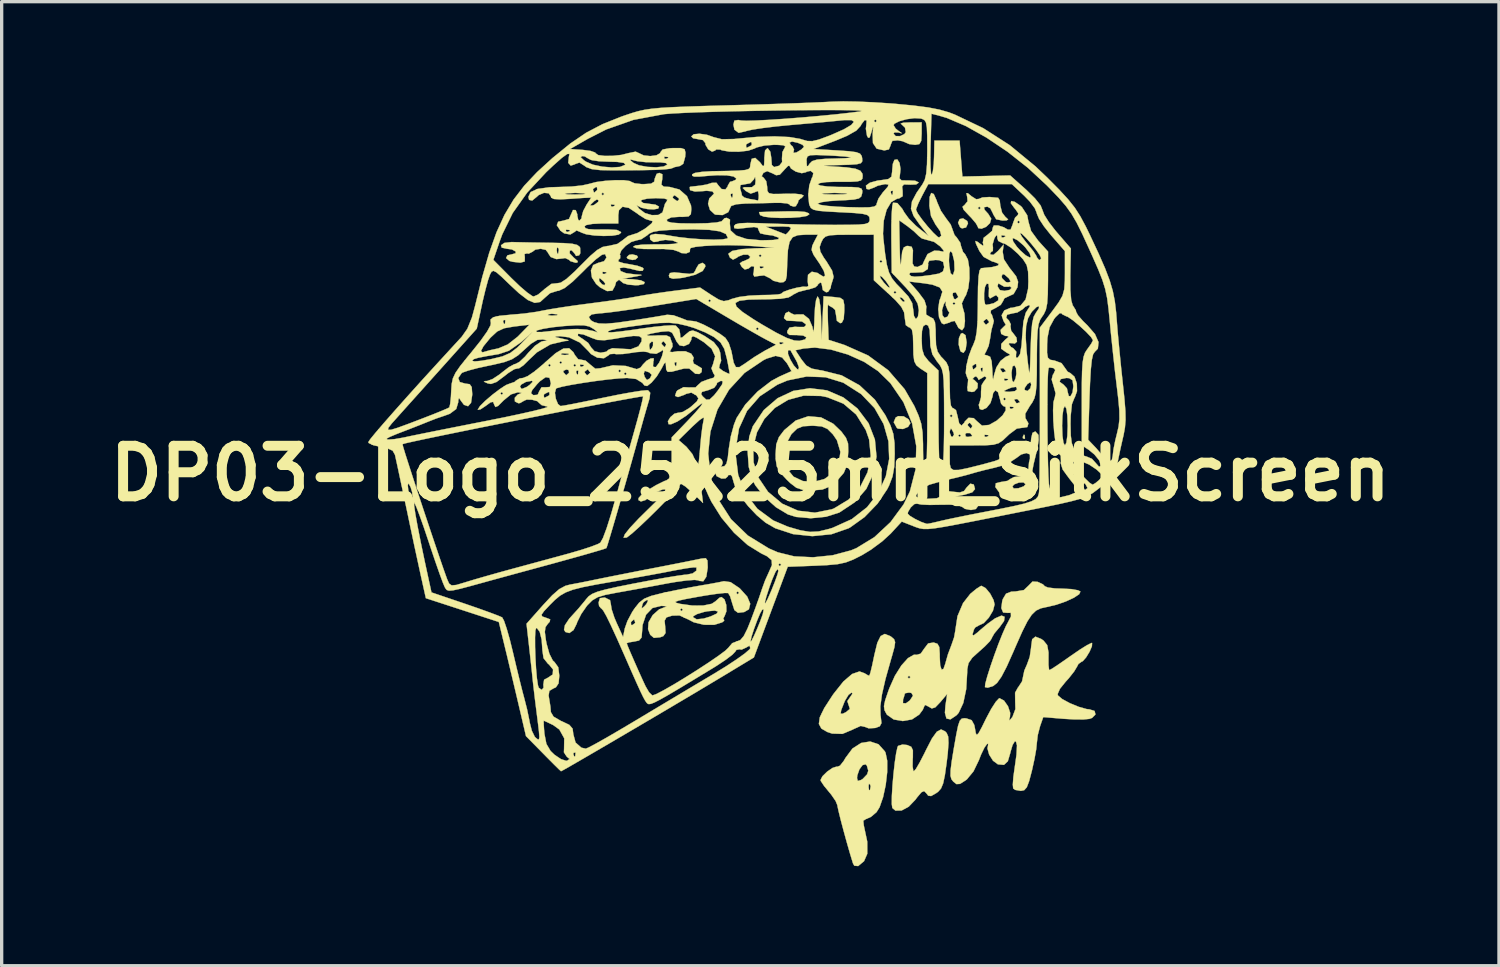
<source format=kicad_pcb>
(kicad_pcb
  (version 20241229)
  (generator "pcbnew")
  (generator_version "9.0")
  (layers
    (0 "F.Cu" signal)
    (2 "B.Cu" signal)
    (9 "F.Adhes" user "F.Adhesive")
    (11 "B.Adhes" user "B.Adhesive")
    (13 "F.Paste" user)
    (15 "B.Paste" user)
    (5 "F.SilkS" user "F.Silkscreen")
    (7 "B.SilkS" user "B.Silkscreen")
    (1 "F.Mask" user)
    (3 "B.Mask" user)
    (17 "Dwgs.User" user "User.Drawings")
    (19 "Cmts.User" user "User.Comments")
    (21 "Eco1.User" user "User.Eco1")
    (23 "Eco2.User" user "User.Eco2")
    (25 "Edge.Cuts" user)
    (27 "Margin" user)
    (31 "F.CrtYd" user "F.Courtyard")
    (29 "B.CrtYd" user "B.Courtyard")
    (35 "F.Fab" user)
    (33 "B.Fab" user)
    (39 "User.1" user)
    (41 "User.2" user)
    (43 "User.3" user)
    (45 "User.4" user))
  (footprint "DP03-Logo_25x25mm_SilkScreen"
    (layer "F.Cu")
    (at 19.565 11.221)
    (property "Reference" "DP03-Logo_25x25mm_SilkScreen" (at 0 0 0) (layer "F.SilkS") (effects (font (size 1.524 1.524) (thickness 0.3))))
    (attr through_hole)
    (fp_poly (pts (xy 8.269 -1.157) (xy 8.279 -1.057) (xy 8.269 -1.044) (xy 8.219 -1.056) (xy 8.213 -1.101) (xy 8.244 -1.17) (xy 8.269 -1.157)) (stroke (width 0.01) (type solid)) (fill yes) (layer "F.SilkS"))
    (fp_poly (pts (xy -3.418 -6.569) (xy -3.387 -6.519) (xy -3.458 -6.451) (xy -3.556 -6.435) (xy -3.694 -6.47) (xy -3.725 -6.519) (xy -3.654 -6.588) (xy -3.556 -6.604) (xy -3.418 -6.569)) (stroke (width 0.01) (type solid)) (fill yes) (layer "F.SilkS"))
    (fp_poly (pts (xy 6.539 -7.608) (xy 6.562 -7.541) (xy 6.503 -7.415) (xy 6.382 -7.387) (xy 6.324 -7.421) (xy 6.262 -7.556) (xy 6.31 -7.667) (xy 6.413 -7.689) (xy 6.539 -7.608)) (stroke (width 0.01) (type solid)) (fill yes) (layer "F.SilkS"))
    (fp_poly (pts (xy 4.621 -1.724) (xy 4.772 -1.631) (xy 4.826 -1.517) (xy 4.756 -1.405) (xy 4.602 -1.34) (xy 4.449 -1.352) (xy 4.416 -1.376) (xy 4.323 -1.545) (xy 4.381 -1.685) (xy 4.456 -1.728) (xy 4.621 -1.724)) (stroke (width 0.01) (type solid)) (fill yes) (layer "F.SilkS"))
    (fp_poly (pts (xy 6.487 -4.168) (xy 6.519 -3.96) (xy 6.519 -3.937) (xy 6.492 -3.734) (xy 6.427 -3.636) (xy 6.347 -3.672) (xy 6.328 -3.704) (xy 6.28 -3.888) (xy 6.289 -4.079) (xy 6.346 -4.211) (xy 6.393 -4.233) (xy 6.487 -4.168)) (stroke (width 0.01) (type solid)) (fill yes) (layer "F.SilkS"))
    (fp_poly (pts (xy -1.365 -6.296) (xy -1.355 -6.237) (xy -1.435 -6.105) (xy -1.66 -5.99) (xy -2.004 -5.904) (xy -2.095 -5.89) (xy -2.328 -5.87) (xy -2.435 -5.902) (xy -2.455 -5.966) (xy -2.422 -6.041) (xy -2.297 -6.062) (xy -2.07 -6.04) (xy -1.83 -6.016) (xy -1.706 -6.041) (xy -1.648 -6.128) (xy -1.636 -6.169) (xy -1.556 -6.302) (xy -1.445 -6.35) (xy -1.365 -6.296)) (stroke (width 0.01) (type solid)) (fill yes) (layer "F.SilkS"))
    (fp_poly (pts (xy 1.655 -7.883) (xy 1.764 -7.842) (xy 1.778 -7.811) (xy 1.701 -7.762) (xy 1.502 -7.727) (xy 1.227 -7.707) (xy 0.923 -7.702) (xy 0.636 -7.713) (xy 0.412 -7.741) (xy 0.299 -7.786) (xy 0.296 -7.789) (xy 0.264 -7.872) (xy 0.27 -7.879) (xy 0.361 -7.882) (xy 0.58 -7.889) (xy 0.889 -7.896) (xy 1.037 -7.9) (xy 1.42 -7.901) (xy 1.655 -7.883)) (stroke (width 0.01) (type solid)) (fill yes) (layer "F.SilkS"))
    (fp_poly (pts (xy 6.558 -8.447) (xy 6.667 -8.355) (xy 6.807 -8.267) (xy 6.886 -8.275) (xy 6.997 -8.32) (xy 7.211 -8.333) (xy 7.467 -8.309) (xy 7.472 -8.308) (xy 7.519 -8.227) (xy 7.535 -8.074) (xy 7.589 -7.862) (xy 7.684 -7.738) (xy 7.772 -7.657) (xy 7.723 -7.627) (xy 7.6 -7.623) (xy 7.412 -7.662) (xy 7.321 -7.814) (xy 7.316 -7.832) (xy 7.236 -7.991) (xy 7.145 -8.043) (xy 7.041 -8.022) (xy 7.065 -7.942) (xy 7.169 -7.829) (xy 7.262 -7.678) (xy 7.224 -7.547) (xy 7.107 -7.434) (xy 6.969 -7.377) (xy 6.871 -7.395) (xy 6.858 -7.434) (xy 6.802 -7.538) (xy 6.662 -7.704) (xy 6.591 -7.777) (xy 6.433 -7.946) (xy 6.411 -8.001) (xy 6.858 -8.001) (xy 6.9 -7.959) (xy 6.943 -8.001) (xy 6.9 -8.043) (xy 6.858 -8.001) (xy 6.411 -8.001) (xy 6.396 -8.04) (xy 6.454 -8.089) (xy 6.548 -8.203) (xy 6.539 -8.324) (xy 6.514 -8.449) (xy 6.558 -8.447)) (stroke (width 0.01) (type solid)) (fill yes) (layer "F.SilkS"))
    (fp_poly (pts (xy 5.871 7.772) (xy 5.919 7.823) (xy 5.964 7.929) (xy 5.974 8.122) (xy 5.952 8.431) (xy 5.918 8.718) (xy 5.865 9.094) (xy 5.813 9.34) (xy 5.749 9.494) (xy 5.661 9.594) (xy 5.605 9.634) (xy 5.449 9.723) (xy 5.363 9.712) (xy 5.305 9.637) (xy 5.239 9.573) (xy 5.157 9.61) (xy 5.025 9.767) (xy 4.979 9.83) (xy 4.774 10.044) (xy 4.559 10.159) (xy 4.374 10.161) (xy 4.281 10.083) (xy 4.264 9.962) (xy 4.267 9.718) (xy 4.286 9.398) (xy 4.317 9.046) (xy 4.355 8.707) (xy 4.397 8.426) (xy 4.437 8.247) (xy 4.456 8.211) (xy 4.589 8.17) (xy 4.729 8.185) (xy 4.851 8.238) (xy 4.901 8.344) (xy 4.9 8.557) (xy 4.896 8.606) (xy 4.892 8.828) (xy 4.913 8.96) (xy 4.93 8.975) (xy 4.993 8.904) (xy 5.104 8.714) (xy 5.245 8.442) (xy 5.294 8.34) (xy 5.476 7.987) (xy 5.623 7.783) (xy 5.75 7.715) (xy 5.871 7.772)) (stroke (width 0.01) (type solid)) (fill yes) (layer "F.SilkS"))
    (fp_poly (pts (xy 8.662 3.267) (xy 8.82 3.341) (xy 8.876 3.398) (xy 8.969 3.437) (xy 9.18 3.464) (xy 9.4 3.471) (xy 9.676 3.485) (xy 9.878 3.521) (xy 9.95 3.558) (xy 9.913 3.639) (xy 9.754 3.745) (xy 9.511 3.857) (xy 9.226 3.956) (xy 8.94 4.024) (xy 8.929 4.026) (xy 8.754 4.065) (xy 8.611 4.134) (xy 8.483 4.258) (xy 8.351 4.459) (xy 8.199 4.761) (xy 8.009 5.189) (xy 7.928 5.376) (xy 7.729 5.821) (xy 7.569 6.127) (xy 7.436 6.315) (xy 7.321 6.406) (xy 7.156 6.457) (xy 7.073 6.44) (xy 7.083 6.337) (xy 7.143 6.115) (xy 7.238 5.815) (xy 7.356 5.474) (xy 7.482 5.131) (xy 7.604 4.826) (xy 7.706 4.596) (xy 7.752 4.511) (xy 7.857 4.308) (xy 7.853 4.2) (xy 7.748 4.202) (xy 7.621 4.191) (xy 7.566 4.058) (xy 7.594 3.841) (xy 7.614 3.782) (xy 7.709 3.623) (xy 7.867 3.562) (xy 7.996 3.556) (xy 8.245 3.515) (xy 8.384 3.383) (xy 8.507 3.257) (xy 8.662 3.267)) (stroke (width 0.01) (type solid)) (fill yes) (layer "F.SilkS"))
    (fp_poly (pts (xy 2.13 -1.691) (xy 2.5 -1.499) (xy 2.744 -1.264) (xy 2.883 -1.076) (xy 2.947 -0.901) (xy 2.953 -0.666) (xy 2.943 -0.519) (xy 2.903 -0.223) (xy 2.819 -0.019) (xy 2.657 0.169) (xy 2.597 0.226) (xy 2.377 0.402) (xy 2.172 0.485) (xy 1.896 0.508) (xy 1.854 0.508) (xy 1.583 0.495) (xy 1.392 0.433) (xy 1.205 0.29) (xy 1.091 0.179) (xy 0.895 -0.034) (xy 0.798 -0.214) (xy 0.764 -0.436) (xy 0.764 -0.456) (xy 1.022 -0.456) (xy 1.11 -0.14) (xy 1.301 0.095) (xy 1.583 0.228) (xy 1.909 0.254) (xy 2.231 0.168) (xy 2.462 0.007) (xy 2.666 -0.305) (xy 2.716 -0.652) (xy 2.611 -1.002) (xy 2.49 -1.179) (xy 2.326 -1.343) (xy 2.151 -1.419) (xy 1.89 -1.439) (xy 1.863 -1.439) (xy 1.591 -1.423) (xy 1.412 -1.352) (xy 1.25 -1.196) (xy 1.235 -1.179) (xy 1.054 -0.84) (xy 1.022 -0.456) (xy 0.764 -0.456) (xy 0.762 -0.58) (xy 0.782 -0.877) (xy 0.863 -1.096) (xy 1.024 -1.308) (xy 1.37 -1.596) (xy 1.746 -1.724) (xy 2.13 -1.691)) (stroke (width 0.01) (type solid)) (fill yes) (layer "F.SilkS"))
    (fp_poly (pts (xy 2.311 -2.505) (xy 2.807 -2.291) (xy 3.229 -1.959) (xy 3.565 -1.514) (xy 3.756 -1.021) (xy 3.804 -0.509) (xy 3.716 -0.004) (xy 3.497 0.464) (xy 3.15 0.867) (xy 2.682 1.178) (xy 2.281 1.305) (xy 1.822 1.35) (xy 1.381 1.31) (xy 1.136 1.235) (xy 0.774 1.017) (xy 0.426 0.706) (xy 0.154 0.361) (xy 0.073 0.212) (xy -0.047 -0.197) (xy -0.081 -0.662) (xy -0.066 -0.8) (xy 0.089 -0.8) (xy 0.099 -0.337) (xy 0.243 0.122) (xy 0.534 0.553) (xy 0.541 0.559) (xy 0.965 0.913) (xy 1.443 1.123) (xy 1.948 1.181) (xy 2.453 1.081) (xy 2.522 1.054) (xy 2.968 0.784) (xy 3.31 0.409) (xy 3.535 -0.039) (xy 3.63 -0.528) (xy 3.581 -1.026) (xy 3.48 -1.312) (xy 3.189 -1.778) (xy 2.808 -2.103) (xy 2.323 -2.297) (xy 2.131 -2.336) (xy 1.607 -2.346) (xy 1.138 -2.219) (xy 0.739 -1.976) (xy 0.423 -1.643) (xy 0.202 -1.243) (xy 0.089 -0.8) (xy -0.066 -0.8) (xy -0.031 -1.112) (xy 0.076 -1.423) (xy 0.408 -1.912) (xy 0.822 -2.268) (xy 1.293 -2.489) (xy 1.798 -2.569) (xy 2.311 -2.505)) (stroke (width 0.01) (type solid)) (fill yes) (layer "F.SilkS"))
    (fp_poly (pts (xy 4.216 4.901) (xy 4.26 4.931) (xy 4.336 4.999) (xy 4.365 5.086) (xy 4.344 5.236) (xy 4.274 5.491) (xy 4.245 5.589) (xy 4.075 6.193) (xy 3.968 6.662) (xy 3.919 7.019) (xy 3.925 7.286) (xy 3.931 7.323) (xy 3.954 7.524) (xy 3.902 7.621) (xy 3.765 7.671) (xy 3.569 7.682) (xy 3.455 7.638) (xy 3.328 7.609) (xy 3.112 7.705) (xy 3.102 7.712) (xy 2.778 7.849) (xy 2.466 7.84) (xy 2.319 7.791) (xy 2.143 7.689) (xy 2.067 7.549) (xy 2.094 7.351) (xy 2.148 7.239) (xy 2.722 7.239) (xy 2.785 7.242) (xy 2.884 7.194) (xy 3.001 7.097) (xy 2.968 6.991) (xy 2.966 6.988) (xy 2.925 6.862) (xy 3.009 6.74) (xy 3.08 6.636) (xy 3.05 6.604) (xy 2.959 6.675) (xy 2.853 6.849) (xy 2.832 6.898) (xy 2.74 7.132) (xy 2.722 7.239) (xy 2.148 7.239) (xy 2.229 7.073) (xy 2.474 6.694) (xy 2.51 6.642) (xy 2.805 6.271) (xy 3.069 6.044) (xy 3.292 5.967) (xy 3.441 6.021) (xy 3.555 6.089) (xy 3.592 6.087) (xy 3.623 5.993) (xy 3.675 5.778) (xy 3.736 5.487) (xy 3.741 5.462) (xy 3.829 5.103) (xy 3.929 4.9) (xy 4.053 4.837) (xy 4.216 4.901)) (stroke (width 0.01) (type solid)) (fill yes) (layer "F.SilkS"))
    (fp_poly (pts (xy -7.168 -6.974) (xy -6.947 -6.969) (xy -6.612 -6.962) (xy -6.22 -6.956) (xy -6.02 -6.953) (xy -5.625 -6.944) (xy -5.368 -6.924) (xy -5.218 -6.888) (xy -5.144 -6.832) (xy -5.129 -6.802) (xy -5.124 -6.638) (xy -5.159 -6.576) (xy -5.251 -6.556) (xy -5.298 -6.632) (xy -5.382 -6.725) (xy -5.439 -6.718) (xy -5.445 -6.636) (xy -5.325 -6.509) (xy -5.324 -6.509) (xy -5.201 -6.4) (xy -5.214 -6.357) (xy -5.266 -6.352) (xy -5.421 -6.398) (xy -5.465 -6.44) (xy -5.58 -6.494) (xy -5.651 -6.481) (xy -5.846 -6.461) (xy -6.017 -6.525) (xy -6.096 -6.645) (xy -6.096 -6.652) (xy -6.163 -6.738) (xy -5.835 -6.738) (xy -5.82 -6.628) (xy -5.791 -6.627) (xy -5.771 -6.74) (xy -5.784 -6.789) (xy -5.822 -6.821) (xy -5.835 -6.738) (xy -6.163 -6.738) (xy -6.164 -6.74) (xy -6.318 -6.773) (xy -6.481 -6.747) (xy -6.565 -6.683) (xy -6.681 -6.625) (xy -6.73 -6.634) (xy -6.805 -6.615) (xy -6.796 -6.513) (xy -6.799 -6.39) (xy -6.924 -6.356) (xy -6.954 -6.357) (xy -7.158 -6.379) (xy -7.26 -6.406) (xy -7.362 -6.494) (xy -7.319 -6.576) (xy -7.192 -6.604) (xy -7.075 -6.637) (xy -7.07 -6.689) (xy -7.186 -6.753) (xy -7.336 -6.773) (xy -7.492 -6.807) (xy -7.514 -6.879) (xy -7.411 -6.95) (xy -7.195 -6.975) (xy -7.168 -6.974)) (stroke (width 0.01) (type solid)) (fill yes) (layer "F.SilkS"))
    (fp_poly (pts (xy 3.865 8.163) (xy 4.057 8.378) (xy 4.077 8.419) (xy 4.127 8.661) (xy 4.126 9.002) (xy 4.082 9.387) (xy 4.002 9.758) (xy 3.897 10.059) (xy 3.804 10.209) (xy 3.636 10.351) (xy 3.494 10.414) (xy 3.489 10.414) (xy 3.406 10.467) (xy 3.42 10.604) (xy 3.525 11.099) (xy 3.526 11.461) (xy 3.428 11.686) (xy 3.251 11.833) (xy 3.134 11.822) (xy 3.094 11.748) (xy 3.008 11.466) (xy 2.91 11.125) (xy 2.812 10.769) (xy 2.724 10.437) (xy 2.659 10.173) (xy 2.626 10.019) (xy 2.625 10.002) (xy 2.572 9.872) (xy 2.44 9.68) (xy 2.371 9.597) (xy 2.238 9.433) (xy 3.563 9.433) (xy 3.578 9.543) (xy 3.607 9.544) (xy 3.627 9.431) (xy 3.614 9.382) (xy 3.576 9.35) (xy 3.563 9.433) (xy 2.238 9.433) (xy 2.218 9.409) (xy 2.127 9.272) (xy 2.117 9.24) (xy 2.147 9.181) (xy 3.217 9.181) (xy 3.24 9.268) (xy 3.337 9.239) (xy 3.387 9.209) (xy 3.521 9.069) (xy 3.556 8.959) (xy 3.514 8.807) (xy 3.476 8.766) (xy 3.383 8.79) (xy 3.288 8.92) (xy 3.225 9.101) (xy 3.217 9.181) (xy 2.147 9.181) (xy 2.176 9.125) (xy 2.316 8.988) (xy 2.477 8.876) (xy 2.6 8.836) (xy 2.615 8.842) (xy 2.703 8.808) (xy 2.82 8.659) (xy 2.868 8.575) (xy 3.08 8.29) (xy 3.341 8.123) (xy 3.614 8.079) (xy 3.865 8.163)) (stroke (width 0.01) (type solid)) (fill yes) (layer "F.SilkS"))
    (fp_poly (pts (xy 7.093 3.456) (xy 7.229 3.62) (xy 7.333 3.817) (xy 7.363 3.947) (xy 7.314 4.137) (xy 7.19 4.345) (xy 7.036 4.51) (xy 6.903 4.572) (xy 6.78 4.64) (xy 6.74 4.706) (xy 6.694 4.858) (xy 6.732 4.881) (xy 6.866 4.777) (xy 6.921 4.726) (xy 7.148 4.534) (xy 7.373 4.371) (xy 7.379 4.367) (xy 7.572 4.284) (xy 7.665 4.32) (xy 7.648 4.447) (xy 7.509 4.64) (xy 7.502 4.647) (xy 7.358 4.818) (xy 7.284 4.945) (xy 7.281 4.961) (xy 7.221 5.057) (xy 7.065 5.217) (xy 6.909 5.356) (xy 6.689 5.555) (xy 6.577 5.718) (xy 6.54 5.899) (xy 6.538 5.987) (xy 6.508 6.498) (xy 6.42 6.917) (xy 6.281 7.214) (xy 6.219 7.285) (xy 6.032 7.412) (xy 5.913 7.386) (xy 5.866 7.213) (xy 5.882 6.997) (xy 5.934 6.646) (xy 5.725 6.894) (xy 5.576 7.05) (xy 5.471 7.083) (xy 5.382 7.032) (xy 5.277 6.977) (xy 5.249 7.004) (xy 5.199 7.123) (xy 5.091 7.268) (xy 4.873 7.413) (xy 4.595 7.462) (xy 4.324 7.415) (xy 4.122 7.273) (xy 4.107 7.252) (xy 4.045 7.136) (xy 4.029 7.013) (xy 4.047 6.923) (xy 4.602 6.923) (xy 4.691 6.927) (xy 4.809 6.841) (xy 4.904 6.697) (xy 4.856 6.615) (xy 4.784 6.604) (xy 4.671 6.623) (xy 4.657 6.639) (xy 4.63 6.739) (xy 4.605 6.809) (xy 4.602 6.923) (xy 4.047 6.923) (xy 4.065 6.838) (xy 4.158 6.564) (xy 4.193 6.469) (xy 4.341 6.138) (xy 4.741 6.138) (xy 4.784 6.181) (xy 4.826 6.138) (xy 4.784 6.096) (xy 4.741 6.138) (xy 4.341 6.138) (xy 4.359 6.098) (xy 4.553 5.788) (xy 4.752 5.567) (xy 4.933 5.463) (xy 5.021 5.466) (xy 5.137 5.43) (xy 5.235 5.289) (xy 5.361 5.122) (xy 5.525 5.095) (xy 5.641 5.133) (xy 5.696 5.232) (xy 5.71 5.44) (xy 5.71 5.524) (xy 5.723 5.784) (xy 5.765 5.911) (xy 5.822 5.892) (xy 5.883 5.717) (xy 5.888 5.694) (xy 5.958 5.448) (xy 6.058 5.184) (xy 6.059 5.183) (xy 6.143 4.939) (xy 6.181 4.726) (xy 6.181 4.717) (xy 6.245 4.301) (xy 6.413 3.907) (xy 6.63 3.629) (xy 6.811 3.479) (xy 6.944 3.394) (xy 6.969 3.387) (xy 7.093 3.456)) (stroke (width 0.01) (type solid)) (fill yes) (layer "F.SilkS"))
    (fp_poly (pts (xy 8.77 4.989) (xy 8.84 5.039) (xy 8.949 5.175) (xy 8.989 5.396) (xy 8.988 5.544) (xy 8.988 5.772) (xy 9.004 5.909) (xy 9.016 5.927) (xy 9.1 5.881) (xy 9.286 5.758) (xy 9.542 5.581) (xy 9.66 5.498) (xy 9.933 5.31) (xy 10.151 5.174) (xy 10.281 5.109) (xy 10.302 5.109) (xy 10.297 5.207) (xy 10.225 5.374) (xy 10.12 5.546) (xy 10.02 5.658) (xy 9.986 5.673) (xy 9.89 5.742) (xy 9.849 5.821) (xy 9.762 5.967) (xy 9.6 6.172) (xy 9.503 6.279) (xy 9.333 6.49) (xy 9.264 6.647) (xy 9.272 6.69) (xy 9.401 6.799) (xy 9.63 6.923) (xy 9.897 7.033) (xy 10.137 7.101) (xy 10.223 7.11) (xy 10.377 7.159) (xy 10.404 7.263) (xy 10.302 7.367) (xy 10.225 7.396) (xy 10.047 7.414) (xy 9.762 7.413) (xy 9.433 7.394) (xy 8.83 7.343) (xy 8.733 7.621) (xy 8.665 7.883) (xy 8.637 8.119) (xy 8.618 8.31) (xy 8.566 8.603) (xy 8.493 8.936) (xy 8.489 8.953) (xy 8.405 9.272) (xy 8.334 9.458) (xy 8.256 9.546) (xy 8.155 9.567) (xy 8.154 9.567) (xy 7.987 9.538) (xy 7.924 9.495) (xy 7.913 9.378) (xy 7.929 9.149) (xy 7.961 8.923) (xy 8.023 8.479) (xy 8.038 8.197) (xy 8.007 8.077) (xy 7.968 8.08) (xy 7.904 8.187) (xy 7.844 8.389) (xy 7.838 8.42) (xy 7.762 8.675) (xy 7.645 8.783) (xy 7.463 8.767) (xy 7.316 8.658) (xy 7.199 8.473) (xy 7.147 8.284) (xy 7.166 8.193) (xy 7.169 8.141) (xy 7.134 8.157) (xy 7.057 8.263) (xy 6.955 8.475) (xy 6.889 8.644) (xy 6.728 8.978) (xy 6.529 9.219) (xy 6.492 9.248) (xy 6.321 9.356) (xy 6.214 9.363) (xy 6.118 9.287) (xy 6.062 9.214) (xy 6.034 9.112) (xy 6.037 8.949) (xy 6.069 8.689) (xy 6.132 8.301) (xy 6.14 8.256) (xy 6.21 7.861) (xy 6.263 7.603) (xy 6.313 7.456) (xy 6.372 7.39) (xy 6.452 7.377) (xy 6.513 7.383) (xy 6.672 7.436) (xy 6.751 7.581) (xy 6.773 7.694) (xy 6.797 7.831) (xy 6.828 7.88) (xy 6.883 7.823) (xy 6.98 7.645) (xy 7.112 7.377) (xy 7.263 7.094) (xy 7.4 6.882) (xy 7.497 6.779) (xy 7.512 6.774) (xy 7.647 6.845) (xy 7.767 7.016) (xy 7.833 7.215) (xy 7.827 7.333) (xy 7.797 7.443) (xy 7.837 7.416) (xy 7.901 7.34) (xy 7.99 7.102) (xy 7.984 6.871) (xy 7.981 6.607) (xy 8.069 6.449) (xy 8.077 6.442) (xy 8.191 6.267) (xy 8.216 6.149) (xy 8.26 5.94) (xy 8.34 5.757) (xy 8.423 5.526) (xy 8.463 5.249) (xy 8.464 5.228) (xy 8.496 4.996) (xy 8.594 4.918) (xy 8.77 4.989)) (stroke (width 0.01) (type solid)) (fill yes) (layer "F.SilkS"))
    (fp_poly (pts (xy 3.225 -11.209) (xy 3.717 -11.187) (xy 4.226 -11.154) (xy 4.36 -11.143) (xy 4.924 -11.089) (xy 5.358 -11.033) (xy 5.699 -10.967) (xy 5.987 -10.884) (xy 6.168 -10.815) (xy 7.022 -10.407) (xy 7.82 -9.895) (xy 8.598 -9.254) (xy 8.955 -8.913) (xy 9.314 -8.551) (xy 9.579 -8.263) (xy 9.781 -8.01) (xy 9.948 -7.75) (xy 10.112 -7.443) (xy 10.241 -7.178) (xy 10.501 -6.622) (xy 10.694 -6.181) (xy 10.832 -5.819) (xy 10.926 -5.5) (xy 10.987 -5.189) (xy 11.027 -4.85) (xy 11.042 -4.657) (xy 11.075 -4.245) (xy 11.123 -3.732) (xy 11.177 -3.188) (xy 11.227 -2.721) (xy 11.278 -2.239) (xy 11.306 -1.883) (xy 11.311 -1.612) (xy 11.292 -1.384) (xy 11.251 -1.158) (xy 11.23 -1.07) (xy 11.154 -0.734) (xy 11.087 -0.414) (xy 11.054 -0.241) (xy 10.992 -0.037) (xy 10.858 0.149) (xy 10.619 0.363) (xy 10.55 0.417) (xy 10.426 0.512) (xy 10.32 0.591) (xy 10.21 0.657) (xy 10.079 0.717) (xy 9.907 0.775) (xy 9.675 0.837) (xy 9.364 0.909) (xy 8.955 0.995) (xy 8.429 1.101) (xy 7.767 1.233) (xy 7.324 1.321) (xy 6.689 1.447) (xy 6.198 1.542) (xy 5.828 1.61) (xy 5.556 1.653) (xy 5.36 1.673) (xy 5.217 1.672) (xy 5.104 1.654) (xy 4.999 1.62) (xy 4.907 1.584) (xy 4.565 1.45) (xy 4.23 1.814) (xy 3.97 2.051) (xy 3.637 2.297) (xy 3.366 2.462) (xy 3.102 2.595) (xy 2.875 2.682) (xy 2.631 2.734) (xy 2.315 2.763) (xy 1.982 2.779) (xy 1.128 2.812) (xy 0.949 3.29) (xy 0.843 3.575) (xy 0.699 3.96) (xy 0.54 4.386) (xy 0.439 4.657) (xy 0.108 5.546) (xy -0.814 6.103) (xy -1.178 6.321) (xy -1.616 6.583) (xy -2.109 6.875) (xy -2.636 7.187) (xy -3.177 7.506) (xy -3.713 7.821) (xy -4.224 8.121) (xy -4.69 8.393) (xy -5.091 8.626) (xy -5.407 8.809) (xy -5.618 8.929) (xy -5.705 8.975) (xy -5.705 8.975) (xy -5.767 8.919) (xy -5.919 8.769) (xy -6.134 8.553) (xy -6.24 8.445) (xy -6.761 7.916) (xy -6.989 6.943) (xy -7.103 6.459) (xy -7.226 5.943) (xy -7.339 5.468) (xy -7.399 5.222) (xy -7.58 4.476) (xy -8.68 4.117) (xy -9.779 3.759) (xy -9.929 3.086) (xy -10.02 2.667) (xy -10.126 2.179) (xy -10.224 1.715) (xy -10.238 1.651) (xy -10.337 1.178) (xy -10.401 0.876) (xy -10.133 0.876) (xy -10.132 0.973) (xy -10.096 1.219) (xy -10.028 1.595) (xy -9.931 2.086) (xy -9.808 2.674) (xy -9.719 3.084) (xy -9.61 3.585) (xy -8.592 3.93) (xy -8.198 4.066) (xy -7.859 4.188) (xy -7.609 4.282) (xy -7.483 4.336) (xy -7.478 4.339) (xy -7.423 4.442) (xy -7.343 4.676) (xy -7.249 5.006) (xy -7.153 5.397) (xy -7.051 5.829) (xy -6.951 6.239) (xy -6.866 6.578) (xy -6.814 6.773) (xy -6.73 7.102) (xy -6.66 7.44) (xy -6.648 7.509) (xy -6.585 7.755) (xy -6.497 7.935) (xy -6.47 7.964) (xy -6.408 8.013) (xy -6.371 8.016) (xy -6.358 7.946) (xy -6.37 7.779) (xy -6.4 7.526) (xy -6.229 7.526) (xy -6.216 7.719) (xy -6.204 7.853) (xy -6.146 8.151) (xy -6.021 8.363) (xy -5.901 8.479) (xy -5.708 8.609) (xy -5.55 8.661) (xy -5.519 8.656) (xy -5.446 8.606) (xy -5.528 8.539) (xy -5.529 8.539) (xy -5.577 8.467) (xy -5.334 8.467) (xy -5.303 8.536) (xy -5.278 8.523) (xy -5.267 8.423) (xy -5.278 8.41) (xy -5.328 8.422) (xy -5.334 8.467) (xy -5.577 8.467) (xy -5.618 8.404) (xy -5.613 8.299) (xy -5.608 7.983) (xy -5.755 7.718) (xy -5.94 7.584) (xy -6.122 7.496) (xy -6.221 7.452) (xy -6.226 7.451) (xy -6.229 7.526) (xy -6.4 7.526) (xy -6.405 7.489) (xy -6.442 7.194) (xy -6.489 6.822) (xy -6.53 6.476) (xy -6.559 6.221) (xy -6.563 6.181) (xy -6.586 5.952) (xy -6.622 5.621) (xy -6.663 5.255) (xy -6.668 5.207) (xy -6.699 4.938) (xy -6.488 4.938) (xy -6.487 5.226) (xy -6.476 5.557) (xy -6.457 5.889) (xy -6.431 6.179) (xy -6.4 6.385) (xy -6.378 6.456) (xy -6.289 6.523) (xy -6.232 6.458) (xy -6.238 6.362) (xy -6.215 6.217) (xy -6.103 6.158) (xy -5.956 6.059) (xy -5.945 5.908) (xy -6.071 5.754) (xy -6.096 5.738) (xy -6.232 5.567) (xy -6.266 5.335) (xy -6.289 5.008) (xy -6.348 4.771) (xy -6.433 4.661) (xy -6.454 4.657) (xy -6.478 4.734) (xy -6.488 4.938) (xy -6.699 4.938) (xy -6.745 4.53) (xy -6.246 3.967) (xy -5.971 3.672) (xy -5.759 3.487) (xy -5.574 3.387) (xy -5.435 3.35) (xy -5.145 3.296) (xy -4.816 3.23) (xy -4.741 3.214) (xy -4.526 3.17) (xy -4.184 3.101) (xy -3.753 3.016) (xy -3.272 2.921) (xy -3.006 2.87) (xy -2.534 2.778) (xy -2.11 2.695) (xy -1.766 2.626) (xy -1.535 2.579) (xy -1.463 2.564) (xy -1.341 2.554) (xy -1.291 2.625) (xy -1.284 2.82) (xy -1.285 2.848) (xy -1.326 3.113) (xy -1.416 3.249) (xy -1.543 3.237) (xy -1.563 3.222) (xy -1.679 3.208) (xy -1.921 3.225) (xy -2.248 3.27) (xy -2.498 3.313) (xy -2.957 3.399) (xy -3.447 3.489) (xy -3.886 3.568) (xy -4.016 3.591) (xy -4.368 3.659) (xy -4.6 3.729) (xy -4.763 3.824) (xy -4.903 3.965) (xy -4.926 3.991) (xy -5.095 4.234) (xy -5.217 4.479) (xy -5.233 4.53) (xy -5.328 4.72) (xy -5.455 4.81) (xy -5.573 4.778) (xy -5.614 4.711) (xy -5.588 4.574) (xy -5.459 4.38) (xy -5.391 4.304) (xy -5.181 4.073) (xy -4.992 3.846) (xy -4.952 3.794) (xy -4.874 3.705) (xy -4.769 3.632) (xy -4.611 3.566) (xy -4.372 3.499) (xy -4.025 3.421) (xy -3.542 3.324) (xy -3.452 3.307) (xy -2.983 3.218) (xy -2.559 3.142) (xy -2.214 3.086) (xy -1.981 3.053) (xy -1.912 3.048) (xy -1.737 3.012) (xy -1.624 2.928) (xy -1.623 2.837) (xy -1.627 2.832) (xy -1.721 2.831) (xy -1.937 2.859) (xy -2.232 2.912) (xy -2.292 2.923) (xy -2.619 2.987) (xy -3.058 3.068) (xy -3.554 3.157) (xy -4.053 3.244) (xy -4.106 3.253) (xy -4.646 3.348) (xy -5.049 3.427) (xy -5.345 3.502) (xy -5.563 3.584) (xy -5.735 3.683) (xy -5.889 3.811) (xy -6.039 3.96) (xy -6.22 4.152) (xy -6.293 4.258) (xy -6.271 4.311) (xy -6.166 4.346) (xy -6.032 4.397) (xy -6.047 4.471) (xy -6.102 4.53) (xy -6.174 4.632) (xy -6.193 4.776) (xy -6.163 5.012) (xy -6.14 5.133) (xy -6.056 5.434) (xy -5.954 5.636) (xy -5.901 5.685) (xy -5.789 5.84) (xy -5.757 6.095) (xy -5.779 6.326) (xy -5.859 6.445) (xy -5.936 6.48) (xy -6.057 6.552) (xy -6.079 6.693) (xy -6.063 6.792) (xy -6.025 7.026) (xy -6.011 7.194) (xy -5.931 7.329) (xy -5.707 7.459) (xy -5.673 7.473) (xy -5.455 7.577) (xy -5.356 7.691) (xy -5.334 7.863) (xy -5.267 8.11) (xy -5.092 8.265) (xy -4.957 8.295) (xy -4.862 8.254) (xy -4.647 8.139) (xy -4.336 7.964) (xy -3.955 7.742) (xy -3.56 7.508) (xy -3.026 7.188) (xy -2.437 6.836) (xy -1.851 6.486) (xy -1.325 6.173) (xy -1.122 6.052) (xy -0.734 5.815) (xy -0.405 5.598) (xy -0.159 5.421) (xy -0.021 5.3) (xy 0 5.265) (xy -0.025 5.189) (xy -0.123 5.246) (xy -0.263 5.31) (xy -0.326 5.299) (xy -0.42 5.318) (xy -0.45 5.367) (xy -0.54 5.462) (xy -0.738 5.613) (xy -1.01 5.794) (xy -1.115 5.859) (xy -1.691 6.208) (xy -2.139 6.478) (xy -2.477 6.678) (xy -2.721 6.816) (xy -2.888 6.902) (xy -2.996 6.944) (xy -3.061 6.952) (xy -3.101 6.935) (xy -3.125 6.91) (xy -3.169 6.847) (xy -3.228 6.74) (xy -3.312 6.567) (xy -3.432 6.303) (xy -3.6 5.925) (xy -3.766 5.546) (xy -4.011 4.992) (xy -4.199 4.582) (xy -4.337 4.3) (xy -4.432 4.133) (xy -4.49 4.067) (xy -4.5 4.064) (xy -4.558 3.993) (xy -4.572 3.889) (xy -4.532 3.757) (xy -4.384 3.74) (xy -4.381 3.741) (xy -4.228 3.818) (xy -4.205 3.93) (xy -4.179 4.096) (xy -4.097 4.345) (xy -4.027 4.51) (xy -3.835 4.928) (xy -3.783 4.671) (xy -3.718 4.487) (xy -3.598 4.487) (xy -3.592 4.565) (xy -3.561 4.572) (xy -3.475 4.511) (xy -3.471 4.487) (xy -3.5 4.405) (xy -3.509 4.403) (xy -3.581 4.462) (xy -3.598 4.487) (xy -3.718 4.487) (xy -3.702 4.443) (xy -3.559 4.174) (xy -3.496 4.079) (xy -3.471 4.047) (xy -3.275 4.047) (xy -3.267 4.064) (xy -3.197 4.008) (xy -3.133 3.937) (xy -3.081 3.834) (xy -3.113 3.81) (xy -3.215 3.878) (xy -3.248 3.937) (xy -3.275 4.047) (xy -3.471 4.047) (xy -3.351 3.895) (xy -3.2 3.776) (xy -2.987 3.69) (xy -2.667 3.609) (xy -2.618 3.598) (xy -0.423 3.598) (xy -0.381 3.641) (xy -0.339 3.598) (xy -0.381 3.556) (xy -0.423 3.598) (xy -2.618 3.598) (xy -2.26 3.522) (xy -1.819 3.435) (xy -1.524 3.382) (xy -1.209 3.328) (xy -0.94 3.278) (xy -0.794 3.247) (xy -0.594 3.276) (xy -0.336 3.449) (xy -0.307 3.474) (xy -0.092 3.713) (xy -0.002 3.928) (xy -0.043 4.094) (xy -0.184 4.177) (xy -0.371 4.199) (xy -0.479 4.118) (xy -0.549 3.9) (xy -0.55 3.895) (xy -0.608 3.704) (xy -0.668 3.604) (xy -0.773 3.602) (xy -1.006 3.627) (xy -1.327 3.674) (xy -1.572 3.716) (xy -1.943 3.784) (xy -2.166 3.833) (xy -2.257 3.868) (xy -2.235 3.898) (xy -2.118 3.929) (xy -2.117 3.93) (xy -1.749 3.981) (xy -1.416 3.98) (xy -1.162 3.928) (xy -1.049 3.853) (xy -0.927 3.744) (xy -0.868 3.725) (xy -0.777 3.797) (xy -0.724 3.964) (xy -0.72 4.154) (xy -0.769 4.284) (xy -0.818 4.382) (xy -0.794 4.404) (xy -0.788 4.44) (xy -0.847 4.487) (xy -1.087 4.562) (xy -1.397 4.56) (xy -1.703 4.486) (xy -1.862 4.403) (xy -2.019 4.331) (xy -1.727 4.331) (xy -1.617 4.396) (xy -1.404 4.373) (xy -1.198 4.31) (xy -1.01 4.223) (xy -0.974 4.16) (xy -1.073 4.133) (xy -1.289 4.153) (xy -1.392 4.173) (xy -1.606 4.238) (xy -1.721 4.304) (xy -1.727 4.331) (xy -2.019 4.331) (xy -2.133 4.279) (xy -2.355 4.285) (xy -2.528 4.338) (xy -2.583 4.438) (xy -2.566 4.611) (xy -2.554 4.807) (xy -2.621 4.902) (xy -2.72 4.938) (xy -2.905 4.955) (xy -3.016 4.862) (xy -3.082 4.691) (xy -3.067 4.486) (xy -2.941 4.268) (xy -2.758 4.106) (xy -2.117 4.106) (xy -2.074 4.149) (xy -2.032 4.106) (xy -2.074 4.064) (xy -2.117 4.106) (xy -2.758 4.106) (xy -2.748 4.098) (xy -2.602 4.039) (xy -2.516 4.013) (xy -2.593 3.996) (xy -2.686 3.991) (xy -2.949 4.055) (xy -3.142 4.256) (xy -3.247 4.565) (xy -3.26 4.739) (xy -3.277 4.943) (xy -3.354 5.035) (xy -3.493 5.064) (xy -3.661 5.092) (xy -3.725 5.117) (xy -3.693 5.204) (xy -3.61 5.402) (xy -3.493 5.67) (xy -3.362 5.967) (xy -3.234 6.249) (xy -3.158 6.413) (xy -3.052 6.595) (xy -2.958 6.686) (xy -2.946 6.689) (xy -2.824 6.645) (xy -2.597 6.526) (xy -2.295 6.353) (xy -1.95 6.143) (xy -1.592 5.918) (xy -1.252 5.696) (xy -0.962 5.497) (xy -0.752 5.341) (xy -0.653 5.246) (xy -0.65 5.239) (xy -0.545 5.115) (xy -0.415 5.066) (xy -0.409 5.064) (xy 0.006 5.064) (xy 0.006 5.074) (xy 0.038 5.041) (xy 0.111 4.896) (xy 0.204 4.687) (xy 0.297 4.46) (xy 0.369 4.262) (xy 0.378 4.233) (xy 0.405 4.096) (xy 0.359 4.106) (xy 0.293 4.223) (xy 0.203 4.439) (xy 0.11 4.691) (xy 0.036 4.92) (xy 0.006 5.064) (xy -0.409 5.064) (xy -0.3 5.021) (xy -0.197 4.9) (xy -0.084 4.673) (xy 0.024 4.403) (xy 0.151 4.061) (xy 0.211 3.894) (xy 0.437 3.894) (xy 0.452 3.916) (xy 0.523 3.785) (xy 0.639 3.52) (xy 0.747 3.248) (xy 0.822 3.034) (xy 0.847 2.935) (xy 0.823 2.877) (xy 0.759 2.966) (xy 0.664 3.185) (xy 0.583 3.406) (xy 0.48 3.723) (xy 0.437 3.894) (xy 0.211 3.894) (xy 0.264 3.745) (xy 0.341 3.518) (xy 0.347 3.497) (xy 0.448 3.22) (xy 0.553 2.989) (xy 0.653 2.76) (xy 0.652 2.752) (xy 0.847 2.752) (xy 0.889 2.794) (xy 0.931 2.752) (xy 0.889 2.709) (xy 0.847 2.752) (xy 0.652 2.752) (xy 0.642 2.611) (xy 0.503 2.494) (xy 0.328 2.408) (xy -0.079 2.157) (xy -0.491 1.785) (xy -0.869 1.334) (xy -1.174 0.848) (xy -1.265 0.659) (xy -1.532 0.042) (xy -1.479 0.466) (xy -1.425 0.889) (xy -1.771 0.554) (xy -1.955 0.393) (xy -2.08 0.315) (xy -2.117 0.329) (xy -2.174 0.418) (xy -2.328 0.595) (xy -2.551 0.83) (xy -2.813 1.096) (xy -3.088 1.366) (xy -3.347 1.612) (xy -3.562 1.805) (xy -3.705 1.917) (xy -3.734 1.933) (xy -3.82 1.935) (xy -3.782 1.834) (xy -3.626 1.638) (xy -3.358 1.353) (xy -3.112 1.111) (xy -2.817 0.822) (xy -2.636 0.631) (xy -2.557 0.522) (xy -2.568 0.479) (xy -2.641 0.482) (xy -2.871 0.575) (xy -3.014 0.686) (xy -3.162 0.803) (xy -3.297 0.844) (xy -3.371 0.803) (xy -3.367 0.741) (xy -3.275 0.639) (xy -3.083 0.499) (xy -2.84 0.352) (xy -2.599 0.233) (xy -2.519 0.202) (xy -2.44 0.146) (xy -2.395 0.023) (xy -2.374 -0.205) (xy -2.371 -0.468) (xy -2.371 -1.007) (xy -2.159 -1.007) (xy -1.925 -0.803) (xy -1.745 -0.583) (xy -1.632 -0.331) (xy -1.629 -0.32) (xy -1.598 -0.216) (xy -1.572 -0.235) (xy -1.547 -0.391) (xy -1.528 -0.598) (xy -1.269 -0.598) (xy -1.189 0.131) (xy -0.957 0.794) (xy -0.582 1.378) (xy -0.073 1.871) (xy 0.561 2.26) (xy 0.831 2.377) (xy 1.322 2.498) (xy 1.893 2.526) (xy 2.484 2.465) (xy 3.034 2.318) (xy 3.199 2.25) (xy 3.741 1.919) (xy 4.228 1.465) (xy 4.415 1.211) (xy 4.744 1.211) (xy 4.81 1.277) (xy 4.97 1.373) (xy 5.157 1.463) (xy 5.309 1.516) (xy 5.334 1.519) (xy 5.435 1.501) (xy 5.638 1.455) (xy 5.715 1.436) (xy 5.943 1.384) (xy 6.284 1.313) (xy 6.684 1.232) (xy 6.943 1.182) (xy 7.521 1.07) (xy 7.955 0.981) (xy 8.265 0.907) (xy 8.473 0.84) (xy 8.6 0.774) (xy 8.667 0.7) (xy 8.696 0.611) (xy 8.704 0.55) (xy 8.711 0.4) (xy 8.717 0.106) (xy 8.722 -0.308) (xy 8.726 -0.818) (xy 8.728 -1.397) (xy 8.728 -1.618) (xy 8.955 -1.618) (xy 8.958 -1.137) (xy 8.964 -0.673) (xy 8.974 -0.255) (xy 8.986 0.085) (xy 9 0.317) (xy 9.016 0.409) (xy 9.053 0.52) (xy 9.059 0.611) (xy 9.082 0.711) (xy 9.181 0.738) (xy 9.377 0.712) (xy 9.613 0.654) (xy 9.782 0.584) (xy 9.799 0.572) (xy 9.834 0.488) (xy 9.781 0.376) (xy 9.991 0.376) (xy 10.035 0.492) (xy 10.075 0.508) (xy 10.158 0.447) (xy 10.16 0.428) (xy 10.098 0.314) (xy 10.075 0.296) (xy 10.003 0.316) (xy 9.991 0.376) (xy 9.781 0.376) (xy 9.766 0.345) (xy 9.608 0.144) (xy 9.52 0.024) (xy 9.75 0.024) (xy 9.771 0.072) (xy 9.856 0.162) (xy 9.905 0.144) (xy 9.906 0.132) (xy 9.846 0.06) (xy 9.808 0.034) (xy 9.75 0.024) (xy 9.52 0.024) (xy 9.415 -0.12) (xy 9.355 -0.313) (xy 9.357 -0.323) (xy 9.737 -0.323) (xy 9.789 -0.216) (xy 9.918 -0.046) (xy 10.079 0.137) (xy 10.228 0.282) (xy 10.318 0.339) (xy 10.405 0.289) (xy 10.509 0.203) (xy 10.599 0.103) (xy 10.584 0.018) (xy 10.449 -0.108) (xy 10.431 -0.123) (xy 10.216 -0.267) (xy 9.999 -0.36) (xy 9.825 -0.39) (xy 9.739 -0.342) (xy 9.737 -0.323) (xy 9.357 -0.323) (xy 9.364 -0.365) (xy 9.357 -0.536) (xy 9.301 -0.6) (xy 9.246 -0.712) (xy 9.197 -0.946) (xy 9.158 -1.255) (xy 9.145 -1.44) (xy 9.398 -1.44) (xy 9.398 -1.439) (xy 9.409 -1.135) (xy 9.439 -0.925) (xy 9.483 -0.847) (xy 9.483 -0.847) (xy 9.526 -0.925) (xy 9.556 -1.135) (xy 9.567 -1.439) (xy 9.567 -1.439) (xy 9.556 -1.743) (xy 9.526 -1.953) (xy 9.483 -2.032) (xy 9.483 -2.032) (xy 9.439 -1.954) (xy 9.409 -1.744) (xy 9.398 -1.44) (xy 9.145 -1.44) (xy 9.133 -1.59) (xy 9.126 -1.905) (xy 9.138 -2.152) (xy 9.175 -2.284) (xy 9.177 -2.286) (xy 9.202 -2.415) (xy 9.146 -2.62) (xy 9.103 -2.766) (xy 9.321 -2.766) (xy 9.437 -2.68) (xy 9.44 -2.679) (xy 9.544 -2.564) (xy 9.567 -2.453) (xy 9.6 -2.334) (xy 9.652 -2.328) (xy 9.713 -2.443) (xy 9.737 -2.63) (xy 9.713 -2.809) (xy 9.612 -2.873) (xy 9.525 -2.879) (xy 9.356 -2.844) (xy 9.321 -2.766) (xy 9.103 -2.766) (xy 9.083 -2.833) (xy 9.119 -2.974) (xy 9.138 -2.998) (xy 9.192 -3.119) (xy 9.142 -3.176) (xy 9.02 -3.195) (xy 8.992 -3.178) (xy 8.977 -3.081) (xy 8.965 -2.846) (xy 8.958 -2.503) (xy 8.955 -2.083) (xy 8.955 -1.618) (xy 8.728 -1.618) (xy 8.728 -2.023) (xy 8.728 -2.048) (xy 8.727 -3.637) (xy 8.945 -3.637) (xy 8.969 -3.491) (xy 9.038 -3.427) (xy 9.173 -3.402) (xy 9.176 -3.401) (xy 9.381 -3.326) (xy 9.458 -3.219) (xy 9.565 -3.068) (xy 9.649 -3.024) (xy 9.771 -2.916) (xy 9.842 -2.712) (xy 9.848 -2.481) (xy 9.78 -2.292) (xy 9.769 -2.279) (xy 9.694 -2.09) (xy 9.657 -1.736) (xy 9.652 -1.496) (xy 9.66 -1.143) (xy 9.69 -0.914) (xy 9.75 -0.764) (xy 9.821 -0.677) (xy 9.998 -0.551) (xy 10.14 -0.508) (xy 10.297 -0.442) (xy 10.399 -0.33) (xy 10.51 -0.205) (xy 10.564 -0.224) (xy 10.528 -0.367) (xy 10.509 -0.404) (xy 10.373 -0.572) (xy 10.206 -0.71) (xy 9.991 -0.851) (xy 9.991 -2.192) (xy 9.992 -2.705) (xy 10 -3.077) (xy 10.016 -3.337) (xy 10.045 -3.514) (xy 10.088 -3.638) (xy 10.15 -3.735) (xy 10.16 -3.748) (xy 10.277 -3.912) (xy 10.329 -4.015) (xy 10.329 -4.017) (xy 10.269 -4.114) (xy 10.119 -4.272) (xy 9.922 -4.453) (xy 9.725 -4.616) (xy 9.57 -4.722) (xy 9.518 -4.741) (xy 9.398 -4.801) (xy 9.382 -4.831) (xy 9.321 -4.828) (xy 9.202 -4.714) (xy 9.156 -4.655) (xy 9.02 -4.404) (xy 8.957 -4.091) (xy 8.947 -3.909) (xy 8.945 -3.637) (xy 8.727 -3.637) (xy 8.726 -4.393) (xy 9.104 -4.896) (xy 9.296 -5.159) (xy 9.409 -5.355) (xy 9.463 -5.55) (xy 9.481 -5.807) (xy 9.483 -6.051) (xy 9.483 -6.702) (xy 9.059 -7.189) (xy 8.854 -7.446) (xy 8.704 -7.675) (xy 8.637 -7.832) (xy 8.636 -7.846) (xy 8.577 -7.992) (xy 8.424 -8.197) (xy 8.26 -8.368) (xy 7.884 -8.721) (xy 5.365 -8.721) (xy 5.18 -8.374) (xy 5.069 -8.15) (xy 5.003 -7.985) (xy 4.995 -7.946) (xy 5.047 -7.838) (xy 5.175 -7.658) (xy 5.342 -7.451) (xy 5.511 -7.262) (xy 5.643 -7.137) (xy 5.691 -7.112) (xy 5.756 -7.168) (xy 5.721 -7.306) (xy 5.598 -7.482) (xy 5.587 -7.494) (xy 5.447 -7.757) (xy 5.397 -8.068) (xy 5.405 -8.334) (xy 5.454 -8.455) (xy 5.53 -8.422) (xy 5.617 -8.228) (xy 5.63 -8.183) (xy 5.745 -7.917) (xy 5.903 -7.687) (xy 5.905 -7.685) (xy 6.039 -7.505) (xy 6.096 -7.353) (xy 6.096 -7.35) (xy 6.156 -7.187) (xy 6.223 -7.112) (xy 6.331 -6.951) (xy 6.35 -6.858) (xy 6.411 -6.68) (xy 6.477 -6.604) (xy 6.559 -6.447) (xy 6.602 -6.185) (xy 6.606 -5.877) (xy 6.571 -5.585) (xy 6.498 -5.367) (xy 6.467 -5.323) (xy 6.376 -5.128) (xy 6.398 -5.02) (xy 6.455 -4.818) (xy 6.47 -4.594) (xy 6.447 -4.407) (xy 6.386 -4.319) (xy 6.377 -4.318) (xy 6.273 -4.388) (xy 6.224 -4.485) (xy 6.16 -4.599) (xy 6.049 -4.575) (xy 6.008 -4.551) (xy 5.835 -4.497) (xy 5.767 -4.532) (xy 5.688 -4.707) (xy 5.668 -4.927) (xy 5.779 -4.927) (xy 5.789 -4.773) (xy 5.851 -4.691) (xy 5.946 -4.727) (xy 6 -4.846) (xy 5.95 -4.921) (xy 5.887 -5.078) (xy 5.891 -5.122) (xy 6.096 -5.122) (xy 6.138 -5.08) (xy 6.181 -5.122) (xy 6.138 -5.165) (xy 6.096 -5.122) (xy 5.891 -5.122) (xy 5.894 -5.154) (xy 5.891 -5.196) (xy 5.834 -5.106) (xy 5.779 -4.927) (xy 5.668 -4.927) (xy 5.665 -4.961) (xy 5.7 -5.21) (xy 5.735 -5.296) (xy 5.76 -5.381) (xy 6.096 -5.381) (xy 6.14 -5.265) (xy 6.181 -5.249) (xy 6.263 -5.31) (xy 6.265 -5.329) (xy 6.204 -5.444) (xy 6.181 -5.461) (xy 6.108 -5.442) (xy 6.096 -5.381) (xy 5.76 -5.381) (xy 5.79 -5.479) (xy 5.711 -5.607) (xy 5.487 -5.692) (xy 5.243 -5.731) (xy 4.784 -5.786) (xy 5.065 -5.465) (xy 5.249 -5.219) (xy 5.308 -5.029) (xy 5.299 -4.952) (xy 5.3 -4.79) (xy 5.419 -4.717) (xy 5.515 -4.668) (xy 5.567 -4.557) (xy 5.586 -4.342) (xy 5.588 -4.171) (xy 5.599 -3.867) (xy 5.646 -3.672) (xy 5.746 -3.525) (xy 5.8 -3.471) (xy 5.908 -3.353) (xy 5.971 -3.219) (xy 6.002 -3.022) (xy 6.011 -2.715) (xy 6.011 -2.61) (xy 6.02 -2.255) (xy 6.046 -2.048) (xy 6.095 -1.97) (xy 6.117 -1.968) (xy 6.2 -1.909) (xy 6.249 -1.719) (xy 6.25 -1.714) (xy 6.296 -1.508) (xy 6.369 -1.443) (xy 6.396 -1.472) (xy 6.548 -1.472) (xy 6.562 -1.439) (xy 6.638 -1.359) (xy 6.651 -1.355) (xy 6.688 -1.42) (xy 6.689 -1.439) (xy 6.624 -1.521) (xy 6.599 -1.524) (xy 6.548 -1.472) (xy 6.396 -1.472) (xy 6.45 -1.531) (xy 6.465 -1.566) (xy 6.578 -1.678) (xy 6.733 -1.669) (xy 6.833 -1.574) (xy 6.983 -1.443) (xy 7.2 -1.464) (xy 7.43 -1.594) (xy 7.605 -1.752) (xy 7.699 -1.903) (xy 7.695 -2.004) (xy 7.818 -2.004) (xy 7.829 -1.953) (xy 7.874 -1.947) (xy 7.944 -1.978) (xy 7.93 -2.004) (xy 7.83 -2.014) (xy 7.818 -2.004) (xy 7.695 -2.004) (xy 7.695 -2.007) (xy 7.626 -2.032) (xy 7.559 -2.105) (xy 7.524 -2.244) (xy 7.62 -2.244) (xy 7.662 -2.201) (xy 7.667 -2.206) (xy 7.959 -2.206) (xy 8.02 -2.12) (xy 8.043 -2.117) (xy 8.126 -2.146) (xy 8.128 -2.154) (xy 8.069 -2.226) (xy 8.043 -2.244) (xy 7.965 -2.237) (xy 7.959 -2.206) (xy 7.667 -2.206) (xy 7.705 -2.244) (xy 7.662 -2.286) (xy 7.62 -2.244) (xy 7.524 -2.244) (xy 7.52 -2.258) (xy 7.466 -2.449) (xy 7.414 -2.488) (xy 7.647 -2.488) (xy 7.693 -2.467) (xy 7.811 -2.461) (xy 7.979 -2.483) (xy 8.043 -2.54) (xy 8.028 -2.572) (xy 8.268 -2.572) (xy 8.27 -2.517) (xy 8.353 -2.485) (xy 8.438 -2.564) (xy 8.467 -2.675) (xy 8.445 -2.755) (xy 8.357 -2.699) (xy 8.349 -2.692) (xy 8.268 -2.572) (xy 8.028 -2.572) (xy 8.009 -2.61) (xy 7.885 -2.594) (xy 7.747 -2.54) (xy 7.647 -2.488) (xy 7.414 -2.488) (xy 7.387 -2.508) (xy 7.32 -2.426) (xy 7.3 -2.317) (xy 7.239 -2.125) (xy 7.12 -1.977) (xy 6.987 -1.916) (xy 6.912 -1.946) (xy 6.885 -2.069) (xy 6.909 -2.13) (xy 6.954 -2.297) (xy 6.955 -2.468) (xy 6.968 -2.654) (xy 7.022 -2.748) (xy 7.108 -2.863) (xy 7.112 -2.894) (xy 7.064 -2.929) (xy 6.985 -2.879) (xy 6.882 -2.819) (xy 6.858 -2.873) (xy 6.805 -2.929) (xy 6.756 -2.91) (xy 6.699 -2.847) (xy 6.756 -2.814) (xy 6.855 -2.715) (xy 6.848 -2.576) (xy 6.752 -2.471) (xy 6.679 -2.455) (xy 6.553 -2.484) (xy 6.54 -2.603) (xy 6.553 -2.662) (xy 6.566 -2.834) (xy 6.531 -2.914) (xy 6.494 -3.025) (xy 6.51 -3.217) (xy 6.689 -3.217) (xy 6.718 -3.135) (xy 6.726 -3.133) (xy 6.943 -3.133) (xy 6.974 -3.063) (xy 6.999 -3.076) (xy 7.009 -3.177) (xy 6.999 -3.189) (xy 6.949 -3.177) (xy 6.943 -3.133) (xy 6.726 -3.133) (xy 6.798 -3.192) (xy 6.816 -3.217) (xy 6.809 -3.295) (xy 6.778 -3.302) (xy 6.692 -3.241) (xy 6.689 -3.217) (xy 6.51 -3.217) (xy 6.512 -3.241) (xy 6.576 -3.511) (xy 6.601 -3.58) (xy 7.055 -3.58) (xy 7.144 -3.556) (xy 7.229 -3.518) (xy 7.275 -3.38) (xy 7.295 -3.111) (xy 7.306 -2.888) (xy 7.321 -2.83) (xy 7.325 -2.85) (xy 7.648 -2.85) (xy 7.66 -2.8) (xy 7.705 -2.794) (xy 7.774 -2.825) (xy 7.761 -2.85) (xy 7.661 -2.861) (xy 7.648 -2.85) (xy 7.325 -2.85) (xy 7.341 -2.932) (xy 7.343 -2.948) (xy 7.357 -2.997) (xy 7.874 -2.997) (xy 7.895 -2.793) (xy 7.942 -2.751) (xy 7.996 -2.87) (xy 8.02 -3.003) (xy 8.009 -3.179) (xy 7.961 -3.258) (xy 7.901 -3.224) (xy 7.875 -3.045) (xy 7.874 -2.997) (xy 7.357 -2.997) (xy 7.399 -3.138) (xy 7.535 -3.138) (xy 7.597 -3.051) (xy 7.62 -3.048) (xy 7.702 -3.077) (xy 7.705 -3.085) (xy 7.645 -3.158) (xy 7.62 -3.175) (xy 7.542 -3.168) (xy 7.535 -3.138) (xy 7.399 -3.138) (xy 7.417 -3.197) (xy 7.541 -3.392) (xy 7.7 -3.517) (xy 7.811 -3.561) (xy 7.827 -3.59) (xy 7.726 -3.643) (xy 7.562 -3.76) (xy 7.565 -3.905) (xy 7.684 -4.031) (xy 7.785 -4.117) (xy 7.75 -4.143) (xy 7.684 -4.146) (xy 7.562 -4.207) (xy 7.543 -4.327) (xy 7.639 -4.423) (xy 7.641 -4.424) (xy 7.701 -4.482) (xy 7.631 -4.6) (xy 7.631 -4.601) (xy 7.599 -4.695) (xy 7.712 -4.695) (xy 7.795 -4.611) (xy 7.852 -4.495) (xy 7.842 -4.443) (xy 7.863 -4.301) (xy 7.921 -4.229) (xy 8.022 -4.096) (xy 8.038 -3.973) (xy 7.972 -3.915) (xy 7.916 -3.925) (xy 7.807 -3.931) (xy 7.789 -3.901) (xy 7.857 -3.812) (xy 7.925 -3.776) (xy 8.019 -3.669) (xy 8.01 -3.591) (xy 8.008 -3.492) (xy 8.064 -3.492) (xy 8.131 -3.6) (xy 8.176 -3.866) (xy 8.194 -4.127) (xy 8.3 -4.127) (xy 8.327 -3.692) (xy 8.361 -3.378) (xy 8.389 -3.151) (xy 8.408 -3.04) (xy 8.421 -3.056) (xy 8.432 -3.21) (xy 8.442 -3.515) (xy 8.449 -3.764) (xy 8.467 -4.213) (xy 8.496 -4.522) (xy 8.541 -4.721) (xy 8.607 -4.84) (xy 8.61 -4.844) (xy 8.699 -4.977) (xy 8.702 -5.043) (xy 8.625 -5.015) (xy 8.498 -4.888) (xy 8.476 -4.861) (xy 8.372 -4.681) (xy 8.314 -4.447) (xy 8.3 -4.127) (xy 8.194 -4.127) (xy 8.196 -4.153) (xy 8.232 -4.574) (xy 8.302 -4.842) (xy 8.357 -4.93) (xy 8.429 -5.042) (xy 8.405 -5.08) (xy 8.283 -5.022) (xy 8.213 -4.953) (xy 8.048 -4.852) (xy 7.906 -4.826) (xy 7.742 -4.787) (xy 7.712 -4.695) (xy 7.599 -4.695) (xy 7.575 -4.768) (xy 7.656 -4.914) (xy 7.841 -4.992) (xy 7.899 -4.995) (xy 8.142 -5.055) (xy 8.298 -5.243) (xy 8.373 -5.568) (xy 8.382 -5.788) (xy 8.373 -6.086) (xy 8.33 -6.284) (xy 8.225 -6.451) (xy 8.068 -6.622) (xy 7.863 -6.804) (xy 7.68 -6.921) (xy 7.603 -6.943) (xy 7.472 -7.01) (xy 7.45 -7.085) (xy 7.904 -7.085) (xy 7.922 -6.996) (xy 8.035 -6.834) (xy 8.133 -6.726) (xy 8.304 -6.573) (xy 8.423 -6.51) (xy 8.455 -6.525) (xy 8.42 -6.64) (xy 8.293 -6.812) (xy 8.226 -6.884) (xy 8.055 -7.03) (xy 7.931 -7.092) (xy 7.904 -7.085) (xy 7.45 -7.085) (xy 7.448 -7.091) (xy 7.44 -7.168) (xy 7.564 -7.168) (xy 7.575 -7.118) (xy 7.62 -7.112) (xy 7.69 -7.143) (xy 7.676 -7.168) (xy 7.576 -7.179) (xy 7.564 -7.168) (xy 7.44 -7.168) (xy 7.438 -7.191) (xy 7.391 -7.145) (xy 7.356 -7.086) (xy 7.303 -6.905) (xy 7.314 -6.811) (xy 7.311 -6.705) (xy 7.274 -6.689) (xy 7.227 -6.636) (xy 7.242 -6.6) (xy 7.329 -6.589) (xy 7.466 -6.706) (xy 7.636 -6.9) (xy 7.608 -6.68) (xy 7.646 -6.451) (xy 7.823 -6.183) (xy 7.848 -6.155) (xy 8.013 -5.942) (xy 8.072 -5.776) (xy 8.053 -5.613) (xy 7.936 -5.409) (xy 7.805 -5.349) (xy 7.659 -5.28) (xy 7.62 -5.199) (xy 7.549 -5.082) (xy 7.399 -4.992) (xy 7.252 -4.916) (xy 7.247 -4.831) (xy 7.282 -4.783) (xy 7.34 -4.598) (xy 7.32 -4.51) (xy 7.267 -4.321) (xy 7.23 -4.078) (xy 7.184 -3.845) (xy 7.108 -3.678) (xy 7.106 -3.676) (xy 7.055 -3.58) (xy 6.601 -3.58) (xy 6.674 -3.781) (xy 6.717 -3.869) (xy 6.782 -4.039) (xy 6.825 -4.272) (xy 6.847 -4.572) (xy 7.027 -4.572) (xy 7.092 -4.49) (xy 7.112 -4.487) (xy 7.194 -4.552) (xy 7.197 -4.572) (xy 7.132 -4.654) (xy 7.112 -4.657) (xy 7.03 -4.592) (xy 7.027 -4.572) (xy 6.847 -4.572) (xy 6.849 -4.6) (xy 6.858 -5.057) (xy 6.858 -5.16) (xy 6.859 -5.245) (xy 7.048 -5.245) (xy 7.075 -5.108) (xy 7.105 -5.081) (xy 7.218 -5.102) (xy 7.339 -5.132) (xy 7.473 -5.216) (xy 7.477 -5.302) (xy 7.409 -5.377) (xy 7.314 -5.326) (xy 7.224 -5.275) (xy 7.187 -5.338) (xy 7.192 -5.54) (xy 7.195 -5.576) (xy 7.187 -5.641) (xy 7.451 -5.641) (xy 7.522 -5.528) (xy 7.662 -5.503) (xy 7.821 -5.534) (xy 7.874 -5.593) (xy 7.822 -5.642) (xy 7.786 -5.628) (xy 7.655 -5.629) (xy 7.574 -5.676) (xy 7.476 -5.731) (xy 7.451 -5.646) (xy 7.451 -5.641) (xy 7.187 -5.641) (xy 7.179 -5.714) (xy 7.122 -5.721) (xy 7.073 -5.621) (xy 7.048 -5.439) (xy 7.048 -5.245) (xy 6.859 -5.245) (xy 6.863 -5.623) (xy 6.88 -5.935) (xy 6.882 -5.949) (xy 7.575 -5.949) (xy 7.589 -5.884) (xy 7.702 -5.772) (xy 7.766 -5.757) (xy 7.849 -5.78) (xy 7.797 -5.875) (xy 7.789 -5.884) (xy 7.668 -5.991) (xy 7.612 -6.011) (xy 7.575 -5.949) (xy 6.882 -5.949) (xy 6.909 -6.117) (xy 6.955 -6.186) (xy 6.964 -6.188) (xy 7.29 -6.221) (xy 7.467 -6.267) (xy 7.488 -6.32) (xy 7.347 -6.377) (xy 7.291 -6.39) (xy 7.031 -6.529) (xy 6.904 -6.708) (xy 6.802 -6.924) (xy 6.785 -7.009) (xy 6.854 -6.98) (xy 6.916 -6.932) (xy 7.018 -6.86) (xy 7.023 -6.91) (xy 7.008 -6.953) (xy 7.032 -7.102) (xy 7.154 -7.197) (xy 7.213 -7.247) (xy 8.128 -7.247) (xy 8.179 -7.146) (xy 8.309 -6.973) (xy 8.382 -6.887) (xy 8.535 -6.696) (xy 8.626 -6.551) (xy 8.636 -6.516) (xy 8.701 -6.437) (xy 8.724 -6.435) (xy 8.768 -6.485) (xy 8.724 -6.583) (xy 8.615 -6.741) (xy 8.467 -6.926) (xy 8.314 -7.098) (xy 8.19 -7.22) (xy 8.129 -7.253) (xy 8.128 -7.247) (xy 7.213 -7.247) (xy 7.287 -7.311) (xy 7.31 -7.413) (xy 7.341 -7.476) (xy 7.469 -7.476) (xy 7.639 -7.422) (xy 7.761 -7.35) (xy 7.845 -7.35) (xy 7.91 -7.508) (xy 7.915 -7.531) (xy 7.932 -7.578) (xy 8.043 -7.578) (xy 8.086 -7.535) (xy 8.128 -7.578) (xy 8.086 -7.62) (xy 8.043 -7.578) (xy 7.932 -7.578) (xy 7.981 -7.711) (xy 8.062 -7.789) (xy 8.065 -7.789) (xy 8.077 -7.841) (xy 7.988 -7.969) (xy 7.959 -8.001) (xy 7.852 -8.148) (xy 7.865 -8.212) (xy 7.97 -8.187) (xy 8.138 -8.072) (xy 8.186 -8.029) (xy 8.347 -7.782) (xy 8.382 -7.594) (xy 8.463 -7.311) (xy 8.678 -7.016) (xy 8.975 -6.688) (xy 8.973 -5.821) (xy 8.967 -5.407) (xy 8.948 -5.124) (xy 8.909 -4.934) (xy 8.845 -4.797) (xy 8.805 -4.741) (xy 8.736 -4.634) (xy 8.689 -4.498) (xy 8.66 -4.301) (xy 8.644 -4.011) (xy 8.638 -3.595) (xy 8.638 -3.424) (xy 8.635 -2.968) (xy 8.625 -2.647) (xy 8.603 -2.425) (xy 8.564 -2.268) (xy 8.501 -2.142) (xy 8.424 -2.032) (xy 8.288 -1.801) (xy 8.292 -1.666) (xy 8.297 -1.66) (xy 8.383 -1.511) (xy 8.351 -1.399) (xy 8.219 -1.378) (xy 8.213 -1.379) (xy 8.034 -1.353) (xy 7.806 -1.183) (xy 7.756 -1.135) (xy 7.609 -0.996) (xy 7.48 -0.91) (xy 7.322 -0.866) (xy 7.086 -0.849) (xy 6.739 -0.847) (xy 6.011 -0.847) (xy 6.011 -0.466) (xy 6.014 -0.279) (xy 6.042 -0.16) (xy 6.122 -0.105) (xy 6.282 -0.106) (xy 6.549 -0.16) (xy 6.95 -0.26) (xy 6.991 -0.27) (xy 7.365 -0.373) (xy 7.606 -0.463) (xy 7.746 -0.556) (xy 7.812 -0.651) (xy 7.931 -0.797) (xy 8.14 -0.846) (xy 8.184 -0.847) (xy 8.378 -0.864) (xy 8.456 -0.943) (xy 8.467 -1.058) (xy 8.505 -1.223) (xy 8.591 -1.267) (xy 8.679 -1.17) (xy 8.685 -1.157) (xy 8.691 -1.011) (xy 8.657 -0.776) (xy 8.633 -0.67) (xy 8.537 -0.276) (xy 8.489 -0.014) (xy 8.485 0.146) (xy 8.522 0.231) (xy 8.547 0.251) (xy 8.594 0.343) (xy 8.515 0.45) (xy 8.351 0.542) (xy 8.138 0.591) (xy 8.085 0.593) (xy 7.875 0.617) (xy 7.748 0.677) (xy 7.743 0.684) (xy 7.651 0.703) (xy 7.526 0.603) (xy 7.388 0.411) (xy 7.39 0.391) (xy 7.898 0.391) (xy 7.94 0.452) (xy 8.082 0.445) (xy 8.243 0.387) (xy 8.297 0.323) (xy 8.234 0.269) (xy 8.094 0.275) (xy 7.956 0.328) (xy 7.898 0.391) (xy 7.39 0.391) (xy 7.4 0.295) (xy 7.564 0.254) (xy 7.573 0.254) (xy 7.752 0.223) (xy 7.832 0.169) (xy 7.946 0.108) (xy 8.133 0.085) (xy 8.313 0.06) (xy 8.377 -0.04) (xy 8.382 -0.12) (xy 8.401 -0.334) (xy 8.429 -0.448) (xy 8.427 -0.574) (xy 8.323 -0.616) (xy 8.163 -0.572) (xy 8.029 -0.473) (xy 7.827 -0.339) (xy 7.534 -0.221) (xy 7.366 -0.175) (xy 7.064 -0.104) (xy 6.798 -0.034) (xy 6.689 -0.002) (xy 6.503 0.051) (xy 6.212 0.125) (xy 5.875 0.204) (xy 5.842 0.211) (xy 5.397 0.338) (xy 5.117 0.485) (xy 5 0.651) (xy 4.995 0.694) (xy 5.071 0.734) (xy 5.263 0.759) (xy 5.376 0.762) (xy 5.623 0.747) (xy 5.738 0.693) (xy 5.757 0.628) (xy 5.788 0.545) (xy 5.908 0.526) (xy 6.09 0.549) (xy 6.317 0.572) (xy 6.443 0.529) (xy 6.517 0.427) (xy 6.632 0.308) (xy 6.735 0.332) (xy 6.773 0.47) (xy 6.692 0.567) (xy 6.464 0.639) (xy 6.417 0.648) (xy 6.21 0.689) (xy 6.154 0.727) (xy 6.226 0.77) (xy 6.441 0.822) (xy 6.625 0.841) (xy 6.803 0.888) (xy 6.863 0.983) (xy 6.799 1.071) (xy 6.651 1.101) (xy 6.47 1.067) (xy 6.388 1.009) (xy 6.272 0.961) (xy 6.015 0.94) (xy 5.71 0.943) (xy 5.4 0.948) (xy 5.159 0.937) (xy 5.034 0.913) (xy 5.03 0.909) (xy 4.946 0.922) (xy 4.836 1.024) (xy 4.756 1.157) (xy 4.744 1.211) (xy 4.415 1.211) (xy 4.619 0.934) (xy 4.809 0.544) (xy 4.983 -0.129) (xy 5.003 -0.822) (xy 4.878 -1.506) (xy 4.615 -2.15) (xy 4.223 -2.723) (xy 3.852 -3.086) (xy 3.431 -3.365) (xy 2.94 -3.586) (xy 2.428 -3.735) (xy 1.948 -3.795) (xy 1.608 -3.767) (xy 1.361 -3.713) (xy 1.545 -3.433) (xy 1.685 -3.256) (xy 1.851 -3.161) (xy 2.108 -3.111) (xy 2.155 -3.106) (xy 2.752 -2.957) (xy 3.292 -2.659) (xy 3.753 -2.227) (xy 4.072 -1.755) (xy 4.225 -1.448) (xy 4.31 -1.195) (xy 4.347 -0.918) (xy 4.353 -0.593) (xy 4.339 -0.205) (xy 4.288 0.088) (xy 4.185 0.359) (xy 4.129 0.471) (xy 3.834 0.911) (xy 3.442 1.316) (xy 3.013 1.624) (xy 2.96 1.653) (xy 2.445 1.832) (xy 1.871 1.889) (xy 1.29 1.828) (xy 0.753 1.651) (xy 0.46 1.482) (xy 0.197 1.261) (xy -0.064 0.986) (xy -0.289 0.698) (xy -0.447 0.438) (xy -0.508 0.245) (xy -0.508 0.244) (xy -0.551 0.088) (xy -0.593 0.042) (xy -0.671 0.052) (xy -0.677 0.086) (xy -0.747 0.149) (xy -0.868 0.154) (xy -1.017 0.079) (xy -1.066 -0.049) (xy -1.015 -0.164) (xy -0.879 -0.206) (xy -0.779 -0.221) (xy -0.718 -0.298) (xy -0.678 -0.475) (xy -0.666 -0.585) (xy -0.443 -0.585) (xy -0.364 0.048) (xy -0.141 0.603) (xy 0.214 1.064) (xy 0.691 1.416) (xy 1.132 1.604) (xy 1.512 1.714) (xy 1.8 1.761) (xy 2.061 1.748) (xy 2.361 1.675) (xy 2.482 1.638) (xy 3.059 1.377) (xy 3.52 1.017) (xy 3.862 0.578) (xy 4.085 0.085) (xy 4.186 -0.439) (xy 4.164 -0.972) (xy 4.017 -1.491) (xy 3.744 -1.972) (xy 3.342 -2.393) (xy 2.811 -2.731) (xy 2.794 -2.739) (xy 2.268 -2.901) (xy 1.695 -2.922) (xy 1.124 -2.805) (xy 0.817 -2.677) (xy 0.288 -2.328) (xy -0.098 -1.887) (xy -0.341 -1.355) (xy -0.441 -0.734) (xy -0.443 -0.585) (xy -0.666 -0.585) (xy -0.648 -0.746) (xy -0.59 -1.109) (xy -0.493 -1.469) (xy -0.414 -1.67) (xy -0.15 -2.078) (xy 0.22 -2.47) (xy 0.635 -2.79) (xy 0.875 -2.919) (xy 1.242 -3.083) (xy 1.108 -3.319) (xy 0.957 -3.498) (xy 0.763 -3.545) (xy 0.494 -3.463) (xy 0.398 -3.416) (xy -0.174 -3.03) (xy -0.641 -2.525) (xy -0.989 -1.926) (xy -1.203 -1.257) (xy -1.269 -0.598) (xy -1.528 -0.598) (xy -1.519 -0.7) (xy -1.514 -0.762) (xy -1.482 -1.114) (xy -1.443 -1.417) (xy -1.406 -1.618) (xy -1.396 -1.651) (xy -1.414 -1.687) (xy -1.53 -1.61) (xy -1.724 -1.434) (xy -1.746 -1.414) (xy -2.159 -1.007) (xy -2.371 -1.007) (xy -2.371 -1.085) (xy -1.905 -1.57) (xy -1.66 -1.832) (xy -1.503 -2.015) (xy -1.442 -2.107) (xy -1.483 -2.099) (xy -1.63 -1.982) (xy -1.935 -1.738) (xy -2.198 -1.566) (xy -2.389 -1.483) (xy -2.463 -1.486) (xy -2.484 -1.574) (xy -2.409 -1.697) (xy -2.287 -1.802) (xy -2.166 -1.833) (xy -2.153 -1.83) (xy -2.031 -1.856) (xy -1.846 -1.967) (xy -1.778 -2.02) (xy -1.612 -2.17) (xy -1.565 -2.262) (xy -1.618 -2.343) (xy -1.644 -2.365) (xy -1.7 -2.395) (xy -1.483 -2.395) (xy -1.439 -2.328) (xy -1.329 -2.226) (xy -1.226 -2.23) (xy -1.092 -2.356) (xy -0.979 -2.498) (xy -0.85 -2.685) (xy -0.83 -2.776) (xy -0.885 -2.794) (xy -1 -2.733) (xy -1.016 -2.678) (xy -1.09 -2.582) (xy -1.268 -2.511) (xy -1.28 -2.508) (xy -1.453 -2.46) (xy -1.483 -2.395) (xy -1.7 -2.395) (xy -1.777 -2.437) (xy -1.93 -2.401) (xy -1.992 -2.369) (xy -2.18 -2.303) (xy -2.267 -2.339) (xy -2.229 -2.461) (xy -2.197 -2.503) (xy -2.01 -2.602) (xy -1.854 -2.593) (xy -1.65 -2.595) (xy -1.58 -2.663) (xy -1.473 -2.76) (xy -1.276 -2.835) (xy -1.272 -2.836) (xy -1.1 -2.888) (xy -1.07 -2.955) (xy -1.113 -3.02) (xy -1.173 -3.17) (xy -1.122 -3.299) (xy -1.06 -3.532) (xy -1.166 -3.76) (xy -1.4 -3.958) (xy -1.618 -4.094) (xy -1.731 -4.139) (xy -1.773 -4.098) (xy -1.778 -4.031) (xy -1.848 -3.905) (xy -2 -3.838) (xy -2.13 -3.86) (xy -2.22 -3.972) (xy -2.29 -4.116) (xy -2.356 -4.242) (xy -2.461 -4.289) (xy -2.661 -4.275) (xy -2.729 -4.265) (xy -2.999 -4.215) (xy -3.117 -4.176) (xy -3.08 -4.153) (xy -2.882 -4.155) (xy -2.795 -4.161) (xy -2.529 -4.161) (xy -2.417 -4.109) (xy -2.414 -4.092) (xy -2.365 -3.948) (xy -2.35 -3.931) (xy -2.343 -3.824) (xy -2.387 -3.747) (xy -2.429 -3.673) (xy -2.358 -3.657) (xy -2.191 -3.683) (xy -1.956 -3.684) (xy -1.78 -3.611) (xy -1.705 -3.49) (xy -1.73 -3.396) (xy -1.704 -3.311) (xy -1.61 -3.26) (xy -1.46 -3.169) (xy -1.468 -3.056) (xy -1.537 -2.998) (xy -1.658 -3.006) (xy -1.735 -3.075) (xy -1.839 -3.162) (xy -2 -3.162) (xy -2.124 -3.131) (xy -2.368 -3.067) (xy -2.491 -3.064) (xy -2.536 -3.134) (xy -2.542 -3.239) (xy -2.548 -3.302) (xy -2.286 -3.302) (xy -2.255 -3.232) (xy -2.23 -3.246) (xy -2.219 -3.346) (xy -2.23 -3.358) (xy -2.28 -3.347) (xy -2.286 -3.302) (xy -2.548 -3.302) (xy -2.552 -3.344) (xy -2.594 -3.317) (xy -2.676 -3.16) (xy -2.819 -2.926) (xy -2.977 -2.739) (xy -2.978 -2.738) (xy -3.109 -2.636) (xy -3.19 -2.652) (xy -3.255 -2.732) (xy -3.441 -2.847) (xy -3.714 -2.879) (xy -3.954 -2.866) (xy -4.282 -2.834) (xy -4.656 -2.787) (xy -5.038 -2.731) (xy -5.388 -2.673) (xy -5.665 -2.618) (xy -5.83 -2.572) (xy -5.856 -2.558) (xy -5.889 -2.432) (xy -5.862 -2.251) (xy -5.796 -2.092) (xy -5.719 -2.032) (xy -5.602 -2.049) (xy -5.353 -2.095) (xy -5.003 -2.165) (xy -4.584 -2.251) (xy -4.401 -2.289) (xy -3.963 -2.378) (xy -3.581 -2.447) (xy -3.286 -2.493) (xy -3.11 -2.509) (xy -3.08 -2.505) (xy -3.017 -2.433) (xy -3.036 -2.268) (xy -3.06 -2.185) (xy -3.123 -1.973) (xy -3.214 -1.656) (xy -3.315 -1.293) (xy -3.345 -1.185) (xy -3.461 -0.766) (xy -3.594 -0.293) (xy -3.735 0.206) (xy -3.878 0.705) (xy -4.014 1.176) (xy -4.136 1.592) (xy -4.236 1.928) (xy -4.305 2.156) (xy -4.337 2.249) (xy -4.338 2.249) (xy -4.427 2.282) (xy -4.658 2.351) (xy -5.006 2.452) (xy -5.45 2.576) (xy -5.967 2.719) (xy -6.533 2.873) (xy -6.562 2.881) (xy -6.979 2.994) (xy -7.466 3.127) (xy -7.927 3.253) (xy -8.001 3.274) (xy -8.448 3.397) (xy -8.759 3.479) (xy -8.961 3.523) (xy -9.082 3.533) (xy -9.149 3.511) (xy -9.19 3.46) (xy -9.216 3.411) (xy -9.272 3.276) (xy -9.369 3.012) (xy -9.494 2.654) (xy -9.636 2.234) (xy -9.699 2.044) (xy -9.839 1.628) (xy -9.963 1.279) (xy -10.06 1.024) (xy -10.12 0.889) (xy -10.133 0.876) (xy -10.401 0.876) (xy -10.441 0.686) (xy -10.513 0.353) (xy -10.324 0.353) (xy -10.308 0.513) (xy -10.264 0.658) (xy -10.214 0.732) (xy -10.184 0.708) (xy -10.191 0.569) (xy -10.237 0.416) (xy -10.298 0.299) (xy -10.324 0.347) (xy -10.324 0.353) (xy -10.513 0.353) (xy -10.542 0.217) (xy -10.628 -0.187) (xy -10.693 -0.484) (xy -10.71 -0.562) (xy -10.78 -0.687) (xy -10.947 -0.764) (xy -11.133 -0.8) (xy -11.36 -0.851) (xy -11.431 -0.884) (xy -10.484 -0.884) (xy -10.464 -0.803) (xy -10.399 -0.588) (xy -10.295 -0.264) (xy -10.163 0.144) (xy -10.011 0.609) (xy -9.847 1.105) (xy -9.679 1.608) (xy -9.517 2.091) (xy -9.368 2.529) (xy -9.242 2.895) (xy -9.146 3.165) (xy -9.134 3.196) (xy -9.078 3.32) (xy -9.001 3.373) (xy -8.859 3.36) (xy -8.609 3.286) (xy -8.545 3.266) (xy -8.307 3.194) (xy -7.957 3.093) (xy -7.549 2.978) (xy -7.239 2.893) (xy -6.745 2.759) (xy -6.196 2.61) (xy -5.681 2.47) (xy -5.461 2.41) (xy -5.098 2.304) (xy -4.792 2.204) (xy -4.584 2.123) (xy -4.518 2.084) (xy -4.44 1.943) (xy -4.33 1.649) (xy -4.193 1.215) (xy -4.033 0.654) (xy -3.948 0.339) (xy -3.877 0.075) (xy -3.773 -0.301) (xy -3.649 -0.742) (xy -3.52 -1.197) (xy -3.515 -1.215) (xy -3.403 -1.616) (xy -3.313 -1.954) (xy -3.254 -2.198) (xy -3.231 -2.317) (xy -3.233 -2.323) (xy -3.321 -2.314) (xy -3.554 -2.274) (xy -3.912 -2.209) (xy -4.374 -2.122) (xy -4.918 -2.018) (xy -5.526 -1.9) (xy -6.175 -1.772) (xy -6.845 -1.64) (xy -7.516 -1.506) (xy -8.166 -1.376) (xy -8.775 -1.252) (xy -9.323 -1.14) (xy -9.788 -1.043) (xy -10.151 -0.965) (xy -10.39 -0.911) (xy -10.484 -0.884) (xy -10.484 -0.884) (xy -11.431 -0.884) (xy -11.497 -0.915) (xy -11.515 -0.943) (xy -11.459 -1.028) (xy -11.439 -1.053) (xy -10.957 -1.053) (xy -10.952 -1.028) (xy -10.896 -1.022) (xy -10.719 -1.036) (xy -10.465 -1.08) (xy -10.388 -1.096) (xy -10.207 -1.135) (xy -9.887 -1.2) (xy -9.456 -1.287) (xy -8.942 -1.389) (xy -8.372 -1.502) (xy -7.959 -1.583) (xy -7.406 -1.694) (xy -6.927 -1.796) (xy -6.541 -1.883) (xy -6.266 -1.952) (xy -6.121 -1.998) (xy -6.117 -2.016) (xy -6.286 -2.058) (xy -6.35 -2.112) (xy -6.421 -2.18) (xy -6.579 -2.223) (xy -6.741 -2.227) (xy -6.823 -2.19) (xy -6.938 -2.123) (xy -6.99 -2.117) (xy -7.095 -2.17) (xy -7.099 -2.282) (xy -7.007 -2.381) (xy -6.964 -2.397) (xy -6.91 -2.42) (xy -6.61 -2.42) (xy -6.55 -2.367) (xy -6.534 -2.361) (xy -6.414 -2.371) (xy -6.223 -2.371) (xy -6.219 -2.293) (xy -6.191 -2.286) (xy -6.071 -2.348) (xy -6.054 -2.371) (xy -6.058 -2.449) (xy -6.086 -2.455) (xy -6.206 -2.394) (xy -6.223 -2.371) (xy -6.414 -2.371) (xy -6.408 -2.371) (xy -6.364 -2.475) (xy -6.291 -2.599) (xy -6.174 -2.598) (xy -6.042 -2.607) (xy -6.011 -2.712) (xy -6.051 -2.882) (xy -6.165 -2.904) (xy -6.343 -2.779) (xy -6.426 -2.692) (xy -6.573 -2.515) (xy -6.61 -2.42) (xy -6.91 -2.42) (xy -6.892 -2.428) (xy -6.982 -2.444) (xy -7.011 -2.446) (xy -7.215 -2.383) (xy -7.44 -2.199) (xy -7.447 -2.191) (xy -7.602 -2.036) (xy -7.683 -2.003) (xy -7.718 -2.072) (xy -7.752 -2.158) (xy -7.829 -2.144) (xy -7.98 -2.034) (xy -8.132 -1.933) (xy -8.21 -1.918) (xy -8.213 -1.928) (xy -8.149 -2.029) (xy -7.989 -2.189) (xy -7.775 -2.372) (xy -7.721 -2.413) (xy -7.535 -2.413) (xy -7.493 -2.371) (xy -7.451 -2.413) (xy -7.493 -2.455) (xy -7.535 -2.413) (xy -7.721 -2.413) (xy -7.55 -2.543) (xy -7.438 -2.616) (xy -6.943 -2.616) (xy -6.891 -2.546) (xy -6.739 -2.608) (xy -6.651 -2.67) (xy -6.561 -2.761) (xy -6.581 -2.794) (xy -6.765 -2.759) (xy -6.908 -2.678) (xy -6.943 -2.616) (xy -7.438 -2.616) (xy -7.358 -2.667) (xy -7.25 -2.709) (xy -7.103 -2.759) (xy -7.07 -2.794) (xy -6.951 -2.864) (xy -6.847 -2.879) (xy -6.708 -2.935) (xy -6.492 -3.083) (xy -6.481 -3.093) (xy -5.637 -3.093) (xy -5.63 -3.048) (xy -5.558 -2.967) (xy -5.546 -2.963) (xy -5.478 -3.022) (xy -5.461 -3.048) (xy -5.249 -3.048) (xy -5.218 -2.978) (xy -5.193 -2.992) (xy -5.187 -3.048) (xy -4.995 -3.048) (xy -4.931 -2.966) (xy -4.911 -2.963) (xy -4.857 -3.006) (xy -3.81 -3.006) (xy -3.768 -2.963) (xy -3.725 -3.006) (xy -3.73 -3.01) (xy -3.212 -3.01) (xy -3.183 -2.91) (xy -3.115 -2.816) (xy -3.025 -2.868) (xy -2.971 -2.973) (xy -3.046 -3.047) (xy -3.181 -3.094) (xy -3.212 -3.01) (xy -3.73 -3.01) (xy -3.768 -3.048) (xy -3.81 -3.006) (xy -4.857 -3.006) (xy -4.828 -3.028) (xy -4.826 -3.048) (xy -4.859 -3.09) (xy -3.979 -3.09) (xy -3.937 -3.048) (xy -3.895 -3.09) (xy -3.937 -3.133) (xy -3.979 -3.09) (xy -4.859 -3.09) (xy -4.89 -3.13) (xy -4.911 -3.133) (xy -4.993 -3.068) (xy -4.995 -3.048) (xy -5.187 -3.048) (xy -5.183 -3.092) (xy -5.193 -3.104) (xy -5.243 -3.093) (xy -5.249 -3.048) (xy -5.461 -3.048) (xy -5.481 -3.12) (xy -5.546 -3.133) (xy -5.637 -3.093) (xy -6.481 -3.093) (xy -6.283 -3.26) (xy -6.096 -3.26) (xy -6.054 -3.217) (xy -6.011 -3.26) (xy -5.334 -3.26) (xy -5.292 -3.217) (xy -5.249 -3.26) (xy -5.263 -3.274) (xy -5.136 -3.274) (xy -5.125 -3.223) (xy -5.08 -3.217) (xy -5.01 -3.248) (xy -5.024 -3.274) (xy -5.124 -3.284) (xy -5.136 -3.274) (xy -5.263 -3.274) (xy -5.292 -3.302) (xy -5.334 -3.26) (xy -6.011 -3.26) (xy -6.054 -3.302) (xy -6.096 -3.26) (xy -6.283 -3.26) (xy -6.241 -3.295) (xy -6.188 -3.344) (xy -5.757 -3.344) (xy -5.715 -3.302) (xy -5.673 -3.344) (xy -5.715 -3.387) (xy -5.757 -3.344) (xy -6.188 -3.344) (xy -6.18 -3.352) (xy -5.917 -3.581) (xy -5.704 -3.581) (xy -5.588 -3.569) (xy -5.468 -3.583) (xy -5.482 -3.612) (xy -5.656 -3.623) (xy -5.694 -3.612) (xy -5.704 -3.581) (xy -5.917 -3.581) (xy -5.867 -3.626) (xy -5.632 -3.765) (xy -5.461 -3.774) (xy -5.334 -3.657) (xy -5.292 -3.576) (xy -5.188 -3.444) (xy -5.094 -3.428) (xy -4.964 -3.401) (xy -4.832 -3.288) (xy -4.673 -3.159) (xy -4.522 -3.171) (xy -4.141 -3.26) (xy -3.752 -3.241) (xy -3.605 -3.197) (xy -3.421 -3.144) (xy -3.308 -3.191) (xy -3.235 -3.286) (xy -3.127 -3.397) (xy -3.004 -3.465) (xy -2.915 -3.474) (xy -2.909 -3.408) (xy -2.921 -3.387) (xy -2.932 -3.245) (xy -2.917 -3.211) (xy -2.845 -3.208) (xy -2.746 -3.342) (xy -2.743 -3.348) (xy -2.664 -3.528) (xy -2.627 -3.669) (xy -2.637 -3.729) (xy -2.689 -3.683) (xy -2.835 -3.607) (xy -3.03 -3.627) (xy -3.092 -3.657) (xy -3.22 -3.674) (xy -3.448 -3.657) (xy -3.578 -3.636) (xy -3.84 -3.6) (xy -4.043 -3.596) (xy -4.098 -3.607) (xy -4.235 -3.597) (xy -4.272 -3.562) (xy -4.412 -3.473) (xy -4.61 -3.49) (xy -4.802 -3.599) (xy -4.879 -3.687) (xy -5.134 -3.945) (xy -5.467 -4.104) (xy -5.732 -4.138) (xy -5.872 -4.127) (xy -5.864 -4.108) (xy -5.7 -4.07) (xy -5.673 -4.064) (xy -5.498 -4.023) (xy -5.48 -4.001) (xy -5.599 -3.99) (xy -6.023 -3.891) (xy -6.43 -3.652) (xy -6.666 -3.43) (xy -6.838 -3.26) (xy -6.971 -3.169) (xy -7.013 -3.166) (xy -7.114 -3.142) (xy -7.291 -3.03) (xy -7.417 -2.931) (xy -7.65 -2.757) (xy -7.817 -2.698) (xy -7.916 -2.716) (xy -8.031 -2.767) (xy -7.99 -2.785) (xy -7.928 -2.788) (xy -7.77 -2.845) (xy -7.561 -2.982) (xy -7.48 -3.048) (xy -7.28 -3.202) (xy -7.117 -3.292) (xy -7.074 -3.302) (xy -6.958 -3.364) (xy -6.79 -3.522) (xy -6.689 -3.641) (xy -6.491 -3.847) (xy -6.305 -3.972) (xy -6.237 -3.991) (xy -6.118 -4.002) (xy -6.157 -4.021) (xy -6.255 -4.04) (xy -6.42 -4.026) (xy -6.614 -3.908) (xy -6.805 -3.736) (xy -6.999 -3.561) (xy -7.185 -3.442) (xy -7.416 -3.356) (xy -7.745 -3.278) (xy -7.874 -3.252) (xy -8.214 -3.178) (xy -8.494 -3.104) (xy -8.671 -3.043) (xy -8.7 -3.026) (xy -8.803 -2.878) (xy -8.757 -2.756) (xy -8.594 -2.709) (xy -8.457 -2.691) (xy -8.397 -2.604) (xy -8.382 -2.4) (xy -8.382 -2.371) (xy -8.417 -2.131) (xy -8.507 -2.027) (xy -8.63 -2.069) (xy -8.714 -2.18) (xy -8.78 -2.275) (xy -8.801 -2.214) (xy -8.803 -2.148) (xy -8.864 -1.943) (xy -9.057 -1.799) (xy -9.229 -1.737) (xy -9.466 -1.657) (xy -9.694 -1.568) (xy -9.945 -1.467) (xy -10.236 -1.353) (xy -10.287 -1.333) (xy -10.644 -1.196) (xy -10.861 -1.105) (xy -10.957 -1.053) (xy -11.439 -1.053) (xy -11.301 -1.222) (xy -11.221 -1.315) (xy -10.921 -1.315) (xy -10.831 -1.316) (xy -10.625 -1.379) (xy -10.287 -1.503) (xy -9.912 -1.646) (xy -9.572 -1.778) (xy -9.295 -1.89) (xy -9.118 -1.966) (xy -9.072 -1.991) (xy -9.047 -2.092) (xy -9.024 -2.307) (xy -9.015 -2.489) (xy -9.001 -2.696) (xy -8.965 -2.865) (xy -8.886 -3.033) (xy -8.744 -3.238) (xy -8.618 -3.394) (xy -8.382 -3.394) (xy -8.306 -3.378) (xy -8.108 -3.396) (xy -7.828 -3.444) (xy -7.811 -3.447) (xy -7.472 -3.529) (xy -7.235 -3.632) (xy -7.029 -3.79) (xy -6.9 -3.918) (xy -6.676 -4.153) (xy -5.198 -4.153) (xy -5.077 -4.07) (xy -5.066 -4.065) (xy -4.887 -3.936) (xy -4.799 -3.8) (xy -4.695 -3.685) (xy -4.514 -3.638) (xy -4.339 -3.67) (xy -4.274 -3.728) (xy -4.159 -3.775) (xy -3.949 -3.764) (xy -3.938 -3.762) (xy -3.6 -3.744) (xy -3.371 -3.832) (xy -3.359 -3.852) (xy -3.048 -3.852) (xy -3.03 -3.739) (xy -3.015 -3.725) (xy -2.96 -3.792) (xy -2.933 -3.852) (xy -2.932 -3.927) (xy -2.68 -3.927) (xy -2.667 -3.895) (xy -2.591 -3.814) (xy -2.577 -3.81) (xy -2.541 -3.876) (xy -2.54 -3.895) (xy -2.605 -3.976) (xy -2.63 -3.979) (xy -2.68 -3.927) (xy -2.932 -3.927) (xy -2.931 -3.961) (xy -2.966 -3.979) (xy -3.039 -3.911) (xy -3.048 -3.852) (xy -3.359 -3.852) (xy -3.277 -3.982) (xy -3.274 -4.085) (xy -3.35 -4.139) (xy -3.528 -4.145) (xy -3.833 -4.105) (xy -4.088 -4.06) (xy -4.395 -4.016) (xy -4.608 -4.025) (xy -4.797 -4.092) (xy -4.829 -4.108) (xy -5.033 -4.19) (xy -5.182 -4.21) (xy -5.192 -4.207) (xy -5.198 -4.153) (xy -6.676 -4.153) (xy -6.57 -4.264) (xy -6.445 -4.264) (xy -6.286 -4.263) (xy -6.054 -4.288) (xy -5.709 -4.326) (xy -5.373 -4.35) (xy -5.207 -4.354) (xy -4.943 -4.336) (xy -4.726 -4.293) (xy -4.699 -4.283) (xy -4.603 -4.25) (xy -4.629 -4.28) (xy -4.291 -4.28) (xy -4.286 -4.258) (xy -4.192 -4.254) (xy -3.966 -4.274) (xy -3.643 -4.315) (xy -3.311 -4.363) (xy -2.921 -4.417) (xy -2.586 -4.452) (xy -2.346 -4.466) (xy -2.246 -4.457) (xy -2.142 -4.343) (xy -2.117 -4.223) (xy -2.109 -4.098) (xy -2.056 -4.098) (xy -1.939 -4.198) (xy -1.829 -4.287) (xy -1.73 -4.309) (xy -1.587 -4.257) (xy -1.371 -4.14) (xy -1.101 -3.959) (xy -0.953 -3.769) (xy -0.908 -3.643) (xy -0.879 -3.396) (xy -0.924 -3.276) (xy -0.941 -3.18) (xy -0.823 -3.09) (xy -0.677 -3.018) (xy -0.623 -2.999) (xy -0.632 -3.078) (xy -0.668 -3.274) (xy -0.706 -3.462) (xy -0.784 -3.756) (xy -0.895 -3.947) (xy -1.078 -4.101) (xy -1.103 -4.118) (xy -1.359 -4.253) (xy -1.691 -4.385) (xy -1.91 -4.452) (xy -2.193 -4.517) (xy -2.453 -4.543) (xy -2.751 -4.534) (xy -3.15 -4.49) (xy -3.175 -4.487) (xy -3.669 -4.42) (xy -4.009 -4.365) (xy -4.211 -4.319) (xy -4.291 -4.28) (xy -4.629 -4.28) (xy -4.641 -4.294) (xy -4.724 -4.357) (xy -4.849 -4.429) (xy -5.009 -4.464) (xy -5.249 -4.468) (xy -5.611 -4.444) (xy -5.622 -4.443) (xy -5.963 -4.407) (xy -6.245 -4.361) (xy -6.42 -4.315) (xy -6.444 -4.303) (xy -6.445 -4.264) (xy -6.57 -4.264) (xy -6.562 -4.273) (xy -6.9 -3.963) (xy -7.277 -3.699) (xy -7.578 -3.599) (xy -7.958 -3.535) (xy -8.2 -3.487) (xy -8.33 -3.448) (xy -8.379 -3.409) (xy -8.382 -3.394) (xy -8.618 -3.394) (xy -8.521 -3.516) (xy -8.386 -3.678) (xy -8.376 -3.691) (xy -8.119 -3.691) (xy -8.07 -3.651) (xy -8.007 -3.669) (xy -7.843 -3.716) (xy -7.61 -3.767) (xy -7.593 -3.77) (xy -7.31 -3.889) (xy -7.011 -4.123) (xy -6.98 -4.154) (xy -6.659 -4.483) (xy -7.118 -4.43) (xy -7.42 -4.377) (xy -7.63 -4.279) (xy -7.825 -4.099) (xy -7.849 -4.072) (xy -8.044 -3.833) (xy -8.119 -3.691) (xy -8.376 -3.691) (xy -8.124 -4.007) (xy -7.933 -4.277) (xy -7.831 -4.464) (xy -7.82 -4.531) (xy -7.825 -4.572) (xy -7.451 -4.572) (xy -7.42 -4.502) (xy -7.394 -4.516) (xy -7.384 -4.616) (xy -7.394 -4.628) (xy -7.445 -4.617) (xy -7.451 -4.572) (xy -7.825 -4.572) (xy -7.832 -4.636) (xy -7.751 -4.707) (xy -7.705 -4.718) (xy -4.868 -4.718) (xy -4.806 -4.617) (xy -4.709 -4.561) (xy -4.566 -4.522) (xy -4.356 -4.515) (xy -4.048 -4.541) (xy -3.609 -4.603) (xy -3.582 -4.607) (xy -3.192 -4.668) (xy -2.853 -4.723) (xy -2.606 -4.765) (xy -2.506 -4.783) (xy -2.319 -4.769) (xy -2.098 -4.689) (xy -1.898 -4.611) (xy -1.755 -4.596) (xy -1.751 -4.597) (xy -1.626 -4.577) (xy -1.411 -4.488) (xy -1.155 -4.355) (xy -0.908 -4.204) (xy -0.751 -4.088) (xy -0.65 -3.933) (xy -0.571 -3.692) (xy -0.557 -3.624) (xy -0.502 -3.34) (xy -0.435 -3.207) (xy -0.329 -3.205) (xy -0.158 -3.315) (xy -0.139 -3.329) (xy 0.122 -3.51) (xy 0.276 -3.603) (xy 1.137 -3.603) (xy 1.206 -3.432) (xy 1.309 -3.258) (xy 1.412 -3.146) (xy 1.446 -3.133) (xy 1.467 -3.196) (xy 1.409 -3.354) (xy 1.381 -3.408) (xy 1.276 -3.596) (xy 1.212 -3.71) (xy 1.206 -3.718) (xy 1.142 -3.71) (xy 1.137 -3.705) (xy 1.137 -3.603) (xy 0.276 -3.603) (xy 0.412 -3.685) (xy 0.454 -3.708) (xy 0.778 -3.882) (xy 0.643 -3.951) (xy 0.875 -3.951) (xy 0.887 -3.901) (xy 0.931 -3.895) (xy 1.001 -3.926) (xy 0.988 -3.951) (xy 0.887 -3.961) (xy 0.875 -3.951) (xy 0.643 -3.951) (xy 0.495 -4.027) (xy 0.312 -4.126) (xy 0.023 -4.29) (xy -0.099 -4.36) (xy 0.169 -4.36) (xy 0.212 -4.318) (xy 0.254 -4.36) (xy 0.212 -4.403) (xy 0.169 -4.36) (xy -0.099 -4.36) (xy -0.332 -4.494) (xy -0.709 -4.716) (xy -1.426 -5.14) (xy -0.448 -5.14) (xy -0.419 -5.031) (xy -0.237 -4.87) (xy 0.096 -4.648) (xy 0.361 -4.486) (xy 0.784 -4.243) (xy 1.097 -4.087) (xy 1.323 -4.009) (xy 1.479 -3.997) (xy 1.656 -4.041) (xy 1.689 -4.104) (xy 1.594 -4.157) (xy 1.39 -4.173) (xy 1.37 -4.172) (xy 1.178 -4.175) (xy 1.113 -4.236) (xy 1.117 -4.299) (xy 1.183 -4.399) (xy 1.352 -4.422) (xy 1.429 -4.416) (xy 1.623 -4.415) (xy 1.679 -4.471) (xy 1.672 -4.501) (xy 1.559 -4.58) (xy 1.324 -4.596) (xy 1.101 -4.606) (xy 1.018 -4.677) (xy 1.016 -4.697) (xy 1.062 -4.831) (xy 1.158 -4.878) (xy 1.225 -4.831) (xy 1.336 -4.782) (xy 1.393 -4.794) (xy 1.598 -4.795) (xy 1.769 -4.658) (xy 1.874 -4.416) (xy 1.886 -4.339) (xy 1.902 -4.267) (xy 1.918 -4.346) (xy 1.93 -4.558) (xy 1.933 -4.678) (xy 1.95 -4.997) (xy 1.982 -5.227) (xy 2.024 -5.331) (xy 2.032 -5.334) (xy 2.075 -5.256) (xy 2.11 -5.046) (xy 2.132 -4.742) (xy 2.134 -4.678) (xy 2.151 -4.022) (xy 2.209 -5.344) (xy 2.521 -5.318) (xy 2.713 -5.293) (xy 2.804 -5.23) (xy 2.832 -5.079) (xy 2.834 -4.911) (xy 2.816 -4.658) (xy 2.759 -4.544) (xy 2.708 -4.53) (xy 2.609 -4.604) (xy 2.586 -4.763) (xy 2.556 -4.931) (xy 2.487 -4.995) (xy 2.368 -5.062) (xy 2.352 -5.095) (xy 2.338 -5.069) (xy 2.333 -4.908) (xy 2.338 -4.645) (xy 2.339 -4.611) (xy 2.36 -4.028) (xy 2.839 -3.873) (xy 3.551 -3.557) (xy 4.158 -3.111) (xy 4.652 -2.54) (xy 4.945 -2.032) (xy 5.073 -1.743) (xy 5.152 -1.499) (xy 5.192 -1.237) (xy 5.206 -0.896) (xy 5.207 -0.699) (xy 5.213 -0.358) (xy 5.23 -0.092) (xy 5.255 0.061) (xy 5.271 0.084) (xy 5.291 0.004) (xy 5.308 -0.219) (xy 5.322 -0.558) (xy 5.331 -0.988) (xy 5.334 -1.472) (xy 5.334 -3.029) (xy 5.122 -3.167) (xy 5.006 -3.261) (xy 4.942 -3.383) (xy 4.916 -3.583) (xy 4.911 -3.854) (xy 4.906 -4.038) (xy 5.165 -4.038) (xy 5.179 -3.75) (xy 5.239 -3.559) (xy 5.371 -3.391) (xy 5.419 -3.344) (xy 5.673 -3.101) (xy 5.673 -1.55) (xy 5.677 -0.962) (xy 5.69 -0.503) (xy 5.712 -0.186) (xy 5.74 -0.022) (xy 5.757 0) (xy 5.789 -0.083) (xy 5.814 -0.324) (xy 5.832 -0.712) (xy 5.841 -1.228) (xy 6.011 -1.228) (xy 6.056 -1.115) (xy 6.093 -1.101) (xy 6.125 -1.143) (xy 6.265 -1.143) (xy 6.308 -1.101) (xy 6.35 -1.143) (xy 6.308 -1.185) (xy 6.265 -1.143) (xy 6.125 -1.143) (xy 6.14 -1.163) (xy 6.135 -1.187) (xy 6.478 -1.187) (xy 6.496 -1.113) (xy 6.557 -1.101) (xy 6.673 -1.12) (xy 6.689 -1.138) (xy 6.674 -1.157) (xy 7.056 -1.157) (xy 7.067 -1.107) (xy 7.112 -1.101) (xy 7.182 -1.132) (xy 7.168 -1.157) (xy 7.068 -1.167) (xy 7.056 -1.157) (xy 6.674 -1.157) (xy 6.627 -1.217) (xy 6.515 -1.219) (xy 6.478 -1.187) (xy 6.135 -1.187) (xy 6.127 -1.228) (xy 6.067 -1.339) (xy 6.045 -1.355) (xy 6.015 -1.286) (xy 6.011 -1.228) (xy 5.841 -1.228) (xy 5.841 -1.236) (xy 5.842 -1.56) (xy 5.842 -1.736) (xy 6.011 -1.736) (xy 6.054 -1.693) (xy 6.096 -1.736) (xy 6.054 -1.778) (xy 6.011 -1.736) (xy 5.842 -1.736) (xy 5.841 -2.11) (xy 5.837 -2.517) (xy 5.827 -2.808) (xy 5.807 -3.009) (xy 5.774 -3.147) (xy 5.725 -3.248) (xy 5.658 -3.339) (xy 5.63 -3.371) (xy 5.489 -3.589) (xy 5.427 -3.844) (xy 5.419 -4.055) (xy 5.406 -4.324) (xy 5.36 -4.458) (xy 5.292 -4.487) (xy 5.214 -4.444) (xy 5.175 -4.294) (xy 5.165 -4.038) (xy 4.906 -4.038) (xy 4.902 -4.162) (xy 4.872 -4.333) (xy 4.812 -4.399) (xy 4.784 -4.403) (xy 4.688 -4.47) (xy 4.657 -4.682) (xy 4.657 -4.686) (xy 4.635 -4.859) (xy 4.552 -5.022) (xy 4.38 -5.218) (xy 4.283 -5.31) (xy 4.501 -5.31) (xy 4.522 -5.262) (xy 4.607 -5.172) (xy 4.656 -5.19) (xy 4.657 -5.202) (xy 4.597 -5.274) (xy 4.559 -5.3) (xy 4.501 -5.31) (xy 4.283 -5.31) (xy 4.191 -5.397) (xy 4.121 -5.461) (xy 4.318 -5.461) (xy 4.36 -5.419) (xy 4.403 -5.461) (xy 4.36 -5.503) (xy 4.318 -5.461) (xy 4.121 -5.461) (xy 3.725 -5.823) (xy 3.725 -5.961) (xy 3.902 -5.961) (xy 3.928 -5.887) (xy 4.022 -5.758) (xy 4.134 -5.637) (xy 4.208 -5.588) (xy 4.188 -5.646) (xy 4.093 -5.786) (xy 4.089 -5.791) (xy 3.972 -5.924) (xy 3.903 -5.962) (xy 3.902 -5.961) (xy 3.725 -5.961) (xy 3.725 -6.392) (xy 3.895 -6.392) (xy 3.937 -6.35) (xy 3.979 -6.392) (xy 3.937 -6.435) (xy 3.895 -6.392) (xy 3.725 -6.392) (xy 3.725 -7.197) (xy 2.985 -7.196) (xy 2.628 -7.193) (xy 2.402 -7.179) (xy 2.271 -7.143) (xy 2.195 -7.075) (xy 2.141 -6.973) (xy 2.091 -6.826) (xy 2.11 -6.69) (xy 2.214 -6.507) (xy 2.3 -6.386) (xy 2.465 -6.116) (xy 2.51 -5.929) (xy 2.496 -5.868) (xy 2.434 -5.672) (xy 2.421 -5.588) (xy 2.345 -5.475) (xy 2.286 -5.461) (xy 2.185 -5.529) (xy 2.171 -5.609) (xy 2.146 -5.734) (xy 2.107 -5.757) (xy 2.034 -5.693) (xy 2.032 -5.674) (xy 1.957 -5.609) (xy 1.77 -5.55) (xy 1.695 -5.536) (xy 1.455 -5.474) (xy 1.284 -5.387) (xy 1.261 -5.366) (xy 1.147 -5.304) (xy 0.914 -5.266) (xy 0.542 -5.25) (xy 0.38 -5.249) (xy -0.049 -5.24) (xy -0.325 -5.207) (xy -0.448 -5.14) (xy -1.426 -5.14) (xy -1.539 -5.207) (xy -1.27 -5.207) (xy -1.228 -5.165) (xy -1.185 -5.207) (xy -1.228 -5.249) (xy -1.27 -5.207) (xy -1.539 -5.207) (xy -1.629 -5.26) (xy -2.962 -5.043) (xy -3.438 -4.968) (xy -3.874 -4.904) (xy -4.233 -4.857) (xy -4.481 -4.83) (xy -4.556 -4.826) (xy -4.78 -4.795) (xy -4.868 -4.718) (xy -7.705 -4.718) (xy -7.555 -4.753) (xy -7.345 -4.773) (xy -6.108 -4.773) (xy -5.995 -4.758) (xy -5.969 -4.758) (xy -5.824 -4.767) (xy -5.812 -4.793) (xy -5.819 -4.797) (xy -5.987 -4.814) (xy -6.073 -4.8) (xy -6.108 -4.773) (xy -7.345 -4.773) (xy -7.217 -4.785) (xy -7.173 -4.788) (xy -6.812 -4.821) (xy -6.452 -4.871) (xy -6.265 -4.907) (xy -6.03 -4.951) (xy -5.676 -5.008) (xy -5.252 -5.07) (xy -4.826 -5.126) (xy -4.385 -5.184) (xy -3.974 -5.242) (xy -3.638 -5.294) (xy -3.429 -5.332) (xy -3.19 -5.375) (xy -2.844 -5.429) (xy -2.452 -5.485) (xy -2.302 -5.504) (xy -1.514 -5.604) (xy -1.167 -5.375) (xy -0.948 -5.24) (xy -0.799 -5.194) (xy -0.651 -5.223) (xy -0.559 -5.261) (xy -0.34 -5.32) (xy -0.023 -5.361) (xy 0.317 -5.377) (xy 0.615 -5.382) (xy 0.833 -5.396) (xy 0.93 -5.416) (xy 0.931 -5.419) (xy 1.004 -5.476) (xy 1.182 -5.541) (xy 1.4 -5.599) (xy 1.595 -5.632) (xy 1.702 -5.625) (xy 1.748 -5.65) (xy 1.73 -5.792) (xy 1.739 -5.987) (xy 1.855 -6.081) (xy 2.028 -6.044) (xy 2.077 -6.009) (xy 2.211 -5.929) (xy 2.255 -5.971) (xy 2.213 -6.112) (xy 2.086 -6.329) (xy 2.055 -6.373) (xy 1.906 -6.592) (xy 1.848 -6.736) (xy 1.867 -6.862) (xy 1.916 -6.966) (xy 2.037 -7.197) (xy 1.663 -7.197) (xy 1.43 -7.182) (xy 1.276 -7.12) (xy 1.183 -6.98) (xy 1.134 -6.736) (xy 1.113 -6.358) (xy 1.11 -6.244) (xy 1.099 -5.97) (xy 1.069 -5.824) (xy 1.001 -5.767) (xy 0.899 -5.757) (xy 0.697 -5.808) (xy 0.593 -5.884) (xy 0.417 -5.971) (xy 0.274 -5.956) (xy 0.122 -5.934) (xy 0.089 -6.002) (xy 0.106 -6.084) (xy 0.115 -6.237) (xy 0.282 -6.237) (xy 0.294 -6.187) (xy 0.339 -6.181) (xy 0.408 -6.212) (xy 0.395 -6.237) (xy 0.295 -6.247) (xy 0.282 -6.237) (xy 0.115 -6.237) (xy 0.115 -6.237) (xy 0.036 -6.249) (xy -0.054 -6.177) (xy -0.166 -6.148) (xy -0.255 -6.224) (xy -0.316 -6.333) (xy -0.235 -6.392) (xy -0.183 -6.406) (xy -0.039 -6.473) (xy 0 -6.529) (xy -0.033 -6.562) (xy 0.254 -6.562) (xy 0.296 -6.519) (xy 0.339 -6.562) (xy 0.296 -6.604) (xy 0.254 -6.562) (xy -0.033 -6.562) (xy -0.065 -6.594) (xy -0.211 -6.595) (xy -0.365 -6.536) (xy -0.406 -6.502) (xy -0.521 -6.445) (xy -0.613 -6.506) (xy -0.662 -6.622) (xy -0.545 -6.707) (xy -0.262 -6.762) (xy 0.127 -6.786) (xy 0.72 -6.801) (xy 0.126 -6.851) (xy -0.254 -6.873) (xy -0.654 -6.881) (xy -1.042 -6.875) (xy -1.384 -6.858) (xy -1.646 -6.831) (xy -1.796 -6.796) (xy -1.816 -6.766) (xy -1.824 -6.678) (xy -1.934 -6.632) (xy -2.079 -6.644) (xy -2.155 -6.685) (xy -2.313 -6.739) (xy -2.605 -6.766) (xy -2.89 -6.765) (xy -3.207 -6.766) (xy -3.434 -6.788) (xy -3.532 -6.829) (xy -3.533 -6.83) (xy -3.468 -6.872) (xy -3.253 -6.898) (xy -2.907 -6.906) (xy -2.841 -6.906) (xy -2.525 -6.908) (xy -2.295 -6.921) (xy -2.185 -6.944) (xy -2.183 -6.955) (xy -2.339 -7.02) (xy -2.563 -7.04) (xy -2.755 -7.007) (xy -2.78 -6.994) (xy -2.911 -6.976) (xy -3.014 -7.046) (xy -3.028 -7.152) (xy -3.001 -7.188) (xy -2.869 -7.22) (xy -2.62 -7.201) (xy -2.498 -7.179) (xy -2.168 -7.125) (xy -1.8 -7.083) (xy -1.431 -7.057) (xy -1.099 -7.047) (xy -0.841 -7.055) (xy -0.696 -7.082) (xy -0.677 -7.103) (xy -0.735 -7.218) (xy -0.917 -7.298) (xy -1.235 -7.343) (xy -1.702 -7.358) (xy -1.997 -7.354) (xy -2.434 -7.34) (xy -2.734 -7.318) (xy -2.928 -7.283) (xy -3.048 -7.23) (xy -3.106 -7.179) (xy -3.289 -7.058) (xy -3.427 -7.027) (xy -3.586 -6.979) (xy -3.754 -6.864) (xy -3.886 -6.725) (xy -3.934 -6.606) (xy -3.919 -6.572) (xy -3.923 -6.483) (xy -3.972 -6.44) (xy -3.975 -6.386) (xy -3.813 -6.336) (xy -3.652 -6.309) (xy -3.407 -6.262) (xy -3.249 -6.206) (xy -3.217 -6.173) (xy -3.241 -6.111) (xy -3.338 -6.105) (xy -3.547 -6.154) (xy -3.619 -6.174) (xy -3.815 -6.209) (xy -3.931 -6.189) (xy -3.935 -6.183) (xy -3.91 -6.101) (xy -3.744 -6.036) (xy -3.467 -6) (xy -3.443 -5.999) (xy -3.288 -5.989) (xy -3.279 -5.974) (xy -3.424 -5.943) (xy -3.514 -5.927) (xy -3.852 -5.866) (xy -3.54 -5.854) (xy -3.298 -5.822) (xy -3.183 -5.767) (xy -3.206 -5.71) (xy -3.376 -5.675) (xy -3.461 -5.673) (xy -3.688 -5.692) (xy -3.835 -5.74) (xy -3.852 -5.757) (xy -3.957 -5.84) (xy -4.046 -5.769) (xy -4.079 -5.652) (xy -4.157 -5.51) (xy -4.316 -5.497) (xy -4.529 -5.61) (xy -4.647 -5.713) (xy -4.756 -5.881) (xy -4.559 -5.881) (xy -4.554 -5.797) (xy -4.469 -5.702) (xy -4.394 -5.673) (xy -4.372 -5.721) (xy -4.42 -5.791) (xy -4.524 -5.877) (xy -4.559 -5.881) (xy -4.756 -5.881) (xy -4.775 -5.912) (xy -4.797 -6.068) (xy -4.459 -6.068) (xy -4.447 -6.017) (xy -4.403 -6.011) (xy -4.333 -6.042) (xy -4.346 -6.068) (xy -4.447 -6.078) (xy -4.459 -6.068) (xy -4.797 -6.068) (xy -4.804 -6.118) (xy -4.737 -6.281) (xy -4.581 -6.35) (xy -4.575 -6.35) (xy -4.407 -6.398) (xy -4.335 -6.508) (xy -4.377 -6.612) (xy -4.471 -6.592) (xy -4.656 -6.454) (xy -4.916 -6.213) (xy -5.031 -6.097) (xy -5.354 -5.782) (xy -5.595 -5.59) (xy -5.771 -5.508) (xy -5.818 -5.503) (xy -6.036 -5.434) (xy -6.19 -5.3) (xy -6.334 -5.169) (xy -6.498 -5.142) (xy -6.704 -5.228) (xy -6.973 -5.434) (xy -7.245 -5.687) (xy -7.495 -5.928) (xy -7.652 -6.064) (xy -7.745 -6.109) (xy -7.802 -6.078) (xy -7.847 -5.994) (xy -7.906 -5.823) (xy -7.983 -5.539) (xy -8.066 -5.194) (xy -8.09 -5.082) (xy -8.245 -4.365) (xy -9.233 -3.262) (xy -9.593 -2.861) (xy -9.947 -2.466) (xy -10.267 -2.11) (xy -10.522 -1.826) (xy -10.635 -1.699) (xy -10.808 -1.506) (xy -10.908 -1.378) (xy -10.921 -1.315) (xy -11.221 -1.315) (xy -11.054 -1.51) (xy -10.73 -1.879) (xy -10.343 -2.314) (xy -9.905 -2.801) (xy -9.429 -3.323) (xy -8.929 -3.868) (xy -8.699 -4.118) (xy -8.528 -4.361) (xy -8.39 -4.702) (xy -8.296 -5.049) (xy -8.079 -5.923) (xy -7.93 -6.438) (xy -7.745 -6.438) (xy -7.198 -5.886) (xy -6.944 -5.642) (xy -6.724 -5.454) (xy -6.571 -5.348) (xy -6.531 -5.334) (xy -6.397 -5.392) (xy -6.228 -5.533) (xy -6.207 -5.554) (xy -5.995 -5.715) (xy -5.839 -5.732) (xy -5.718 -5.749) (xy -5.544 -5.861) (xy -5.297 -6.084) (xy -5.108 -6.274) (xy -4.823 -6.558) (xy -4.615 -6.735) (xy -4.451 -6.827) (xy -4.301 -6.857) (xy -4.274 -6.858) (xy -4.003 -6.92) (xy -3.852 -7.027) (xy -3.688 -7.155) (xy -3.559 -7.197) (xy -3.406 -7.245) (xy -3.196 -7.364) (xy -3.133 -7.408) (xy -2.968 -7.544) (xy -2.944 -7.609) (xy -2.998 -7.62) (xy -3.16 -7.672) (xy -3.363 -7.8) (xy -3.402 -7.832) (xy -3.661 -8.005) (xy -3.85 -8.04) (xy -3.958 -7.936) (xy -3.979 -7.789) (xy -3.979 -7.535) (xy -4.487 -7.535) (xy -4.758 -7.522) (xy -4.941 -7.489) (xy -4.995 -7.451) (xy -4.973 -7.397) (xy -4.886 -7.366) (xy -4.701 -7.353) (xy -4.387 -7.354) (xy -4.297 -7.355) (xy -4.019 -7.34) (xy -3.9 -7.279) (xy -3.895 -7.256) (xy -3.97 -7.199) (xy -4.163 -7.167) (xy -4.422 -7.159) (xy -4.699 -7.173) (xy -4.942 -7.208) (xy -5.102 -7.265) (xy -5.113 -7.274) (xy -5.24 -7.326) (xy -5.289 -7.285) (xy -5.425 -7.203) (xy -5.61 -7.237) (xy -5.721 -7.318) (xy -5.735 -7.338) (xy -5.56 -7.338) (xy -5.548 -7.287) (xy -5.503 -7.281) (xy -5.434 -7.312) (xy -5.447 -7.338) (xy -5.547 -7.348) (xy -5.56 -7.338) (xy -5.735 -7.338) (xy -5.832 -7.483) (xy -5.791 -7.588) (xy -5.636 -7.62) (xy -5.464 -7.67) (xy -5.403 -7.811) (xy -5.344 -7.942) (xy -5.262 -7.938) (xy -5.214 -7.81) (xy -5.214 -7.768) (xy -5.186 -7.643) (xy -5.15 -7.62) (xy -5.088 -7.689) (xy -5.08 -7.75) (xy -5.036 -7.911) (xy -4.947 -8.078) (xy -4.826 -8.078) (xy -4.762 -8.077) (xy -4.699 -8.097) (xy -4.696 -8.1) (xy -4.205 -8.1) (xy -4.193 -8.049) (xy -4.149 -8.043) (xy -4.079 -8.074) (xy -4.085 -8.086) (xy -3.428 -8.086) (xy -3.365 -7.998) (xy -3.35 -7.98) (xy -3.178 -7.85) (xy -2.968 -7.787) (xy -2.772 -7.792) (xy -2.646 -7.869) (xy -2.625 -7.942) (xy -2.571 -8.13) (xy -2.523 -8.196) (xy -2.499 -8.256) (xy -2.595 -8.288) (xy -2.835 -8.297) (xy -2.862 -8.297) (xy -3.109 -8.283) (xy -3.268 -8.245) (xy -3.302 -8.213) (xy -3.229 -8.153) (xy -3.053 -8.128) (xy -2.857 -8.102) (xy -2.752 -8.043) (xy -2.777 -7.984) (xy -2.912 -7.96) (xy -3.098 -7.969) (xy -3.28 -8.008) (xy -3.389 -8.065) (xy -3.428 -8.086) (xy -4.085 -8.086) (xy -4.092 -8.1) (xy -4.193 -8.11) (xy -4.205 -8.1) (xy -4.696 -8.1) (xy -4.587 -8.186) (xy -4.572 -8.232) (xy -4.622 -8.26) (xy -4.699 -8.213) (xy -4.804 -8.112) (xy -4.826 -8.078) (xy -4.947 -8.078) (xy -4.935 -8.101) (xy -4.79 -8.323) (xy -5.401 -8.279) (xy -5.729 -8.262) (xy -5.919 -8.273) (xy -6.001 -8.314) (xy -6.006 -8.33) (xy -2.342 -8.33) (xy -2.328 -8.297) (xy -2.216 -8.216) (xy -2.191 -8.213) (xy -2.145 -8.265) (xy -2.159 -8.297) (xy -2.271 -8.379) (xy -2.296 -8.382) (xy -2.342 -8.33) (xy -6.006 -8.33) (xy -6.011 -8.351) (xy -6.061 -8.426) (xy -5.593 -8.426) (xy -5.511 -8.413) (xy -5.295 -8.408) (xy -5.292 -8.408) (xy -5.067 -8.413) (xy -4.974 -8.424) (xy -4.487 -8.424) (xy -4.445 -8.382) (xy -4.403 -8.424) (xy -4.445 -8.467) (xy -4.487 -8.424) (xy -4.974 -8.424) (xy -4.968 -8.425) (xy -5.015 -8.442) (xy -5.272 -8.457) (xy -5.523 -8.443) (xy -5.593 -8.426) (xy -6.061 -8.426) (xy -6.074 -8.445) (xy -6.218 -8.459) (xy -6.377 -8.393) (xy -6.435 -8.34) (xy -6.574 -8.226) (xy -6.668 -8.247) (xy -6.689 -8.337) (xy -6.622 -8.481) (xy -6.468 -8.551) (xy -4.741 -8.551) (xy -4.712 -8.469) (xy -4.704 -8.467) (xy -4.632 -8.526) (xy -4.614 -8.551) (xy -4.621 -8.629) (xy -4.652 -8.636) (xy -4.738 -8.575) (xy -4.741 -8.551) (xy -6.468 -8.551) (xy -6.414 -8.576) (xy -6.058 -8.626) (xy -5.726 -8.636) (xy -5.379 -8.649) (xy -5.068 -8.682) (xy -4.859 -8.728) (xy -4.853 -8.73) (xy -4.646 -8.784) (xy -4.368 -8.821) (xy -4.072 -8.84) (xy -3.808 -8.839) (xy -3.631 -8.814) (xy -3.588 -8.789) (xy -3.484 -8.745) (xy -3.278 -8.722) (xy -3.212 -8.721) (xy -2.993 -8.735) (xy -2.897 -8.794) (xy -2.879 -8.89) (xy -2.822 -9.031) (xy -2.742 -9.059) (xy -2.649 -9.018) (xy -2.654 -8.869) (xy -2.659 -8.848) (xy -2.679 -8.704) (xy -2.609 -8.646) (xy -2.43 -8.636) (xy -2.137 -8.559) (xy -1.909 -8.358) (xy -1.787 -8.077) (xy -1.778 -7.969) (xy -1.791 -7.816) (xy -1.861 -7.748) (xy -2.036 -7.734) (xy -2.131 -7.736) (xy -2.381 -7.719) (xy -2.511 -7.656) (xy -2.519 -7.641) (xy -2.492 -7.591) (xy -2.359 -7.558) (xy -2.099 -7.54) (xy -1.7 -7.535) (xy -1.305 -7.543) (xy -1.018 -7.566) (xy -0.866 -7.6) (xy -0.847 -7.62) (xy -0.777 -7.694) (xy -0.71 -7.705) (xy -0.611 -7.653) (xy -0.617 -7.535) (xy -0.597 -7.329) (xy -0.426 -7.172) (xy -0.118 -7.069) (xy 0.314 -7.029) (xy 0.371 -7.029) (xy 0.69 -7.037) (xy 0.849 -7.062) (xy 0.857 -7.105) (xy 0.847 -7.112) (xy 0.668 -7.175) (xy 0.487 -7.195) (xy 0.299 -7.238) (xy 0.254 -7.329) (xy 0.225 -7.406) (xy 0.114 -7.429) (xy -0.121 -7.405) (xy -0.138 -7.402) (xy -0.377 -7.376) (xy -0.483 -7.394) (xy -0.488 -7.438) (xy 0.466 -7.438) (xy 0.762 -7.324) (xy 0.956 -7.248) (xy 1.063 -7.206) (xy 1.069 -7.203) (xy 1.124 -7.253) (xy 1.185 -7.324) (xy 1.227 -7.399) (xy 1.168 -7.436) (xy 0.981 -7.445) (xy 0.878 -7.444) (xy 0.466 -7.438) (xy -0.488 -7.438) (xy -0.49 -7.461) (xy -0.441 -7.512) (xy -0.315 -7.541) (xy -0.088 -7.552) (xy 0.267 -7.545) (xy 0.515 -7.535) (xy 1.02 -7.518) (xy 1.609 -7.503) (xy 2.194 -7.495) (xy 2.54 -7.493) (xy 2.979 -7.495) (xy 3.276 -7.502) (xy 3.459 -7.52) (xy 3.556 -7.553) (xy 3.593 -7.605) (xy 3.598 -7.662) (xy 3.585 -7.739) (xy 3.526 -7.791) (xy 3.392 -7.825) (xy 3.152 -7.85) (xy 2.777 -7.871) (xy 2.713 -7.874) (xy 2.317 -7.895) (xy 2.059 -7.917) (xy 1.905 -7.951) (xy 1.825 -8.003) (xy 1.785 -8.084) (xy 1.772 -8.128) (xy 1.746 -8.394) (xy 1.75 -8.429) (xy 2.148 -8.429) (xy 2.225 -8.417) (xy 2.436 -8.411) (xy 2.54 -8.41) (xy 2.794 -8.414) (xy 2.921 -8.424) (xy 2.902 -8.438) (xy 2.857 -8.444) (xy 2.54 -8.457) (xy 2.223 -8.444) (xy 2.148 -8.429) (xy 1.75 -8.429) (xy 1.778 -8.685) (xy 1.857 -8.913) (xy 1.879 -8.946) (xy 1.899 -9.057) (xy 1.816 -9.122) (xy 1.697 -9.095) (xy 1.68 -9.08) (xy 1.551 -9.051) (xy 1.373 -9.098) (xy 1.226 -9.192) (xy 1.184 -9.271) (xy 1.139 -9.272) (xy 1.033 -9.163) (xy 1.018 -9.144) (xy 0.889 -9.005) (xy 0.779 -8.99) (xy 0.671 -9.045) (xy 0.509 -9.113) (xy 0.397 -9.061) (xy 0.392 -9.056) (xy 0.343 -8.958) (xy 0.402 -8.915) (xy 0.48 -8.811) (xy 0.508 -8.643) (xy 0.515 -8.518) (xy 0.56 -8.45) (xy 0.682 -8.424) (xy 0.919 -8.426) (xy 1.058 -8.431) (xy 1.338 -8.432) (xy 1.537 -8.411) (xy 1.609 -8.375) (xy 1.544 -8.3) (xy 1.524 -8.297) (xy 1.449 -8.229) (xy 1.439 -8.17) (xy 1.372 -8.058) (xy 1.312 -8.043) (xy 1.199 -8.078) (xy 1.185 -8.107) (xy 1.109 -8.14) (xy 0.913 -8.157) (xy 0.741 -8.157) (xy 0.368 -8.147) (xy -0.03 -8.138) (xy -0.148 -8.136) (xy -0.423 -8.114) (xy -0.574 -8.064) (xy -0.593 -8.032) (xy -0.664 -7.876) (xy -0.836 -7.789) (xy -1.043 -7.8) (xy -1.076 -7.813) (xy -1.215 -7.943) (xy -1.273 -8.127) (xy -1.235 -8.293) (xy -1.185 -8.34) (xy -1.145 -8.382) (xy -0.593 -8.382) (xy -0.562 -8.312) (xy -0.536 -8.326) (xy -0.526 -8.426) (xy -0.536 -8.438) (xy -0.587 -8.427) (xy -0.593 -8.382) (xy -1.145 -8.382) (xy -1.092 -8.437) (xy -1.144 -8.503) (xy -1.319 -8.521) (xy -1.432 -8.51) (xy -1.668 -8.498) (xy -1.807 -8.536) (xy -1.818 -8.548) (xy -1.826 -8.633) (xy -1.804 -8.643) (xy -1.501 -8.677) (xy -1.312 -8.71) (xy -1.18 -8.752) (xy -1.165 -8.759) (xy -1.02 -8.763) (xy -0.965 -8.687) (xy -0.868 -8.574) (xy -0.749 -8.562) (xy -0.719 -8.601) (xy -0.31 -8.601) (xy -0.305 -8.587) (xy -0.26 -8.429) (xy -0.254 -8.381) (xy -0.181 -8.317) (xy -0.021 -8.273) (xy 0.155 -8.244) (xy 0.233 -8.225) (xy 0.25 -8.286) (xy 0.254 -8.392) (xy 0.233 -8.513) (xy 0.153 -8.488) (xy 0.141 -8.478) (xy 0.009 -8.435) (xy -0.134 -8.513) (xy -0.23 -8.606) (xy -0.184 -8.629) (xy -0.169 -8.628) (xy 0.051 -8.63) (xy 0.147 -8.706) (xy 0.16 -8.826) (xy 0.145 -8.941) (xy 0.118 -8.893) (xy 0.111 -8.869) (xy -0.000301 -8.747) (xy -0.142 -8.721) (xy -0.295 -8.694) (xy -0.31 -8.601) (xy -0.719 -8.601) (xy -0.679 -8.653) (xy -0.677 -8.678) (xy -0.61 -8.791) (xy -0.55 -8.805) (xy -0.438 -8.851) (xy -0.423 -8.89) (xy -0.501 -8.951) (xy -0.708 -8.986) (xy -1.005 -8.99) (xy -1.228 -8.975) (xy -1.523 -8.949) (xy -1.685 -8.947) (xy -1.75 -8.972) (xy -1.753 -9.017) (xy -1.667 -9.059) (xy -1.454 -9.092) (xy -1.157 -9.11) (xy -1.101 -9.111) (xy -0.652 -9.119) (xy -0.346 -9.129) (xy -0.154 -9.146) (xy -0.051 -9.176) (xy -0.009 -9.222) (xy -0.000066 -9.29) (xy 0 -9.308) (xy 0.042 -9.484) (xy 0.148 -9.512) (xy 0.288 -9.384) (xy 0.291 -9.381) (xy 0.377 -9.267) (xy 0.414 -9.276) (xy 0.423 -9.426) (xy 0.423 -9.513) (xy 0.445 -9.736) (xy 0.512 -9.803) (xy 0.529 -9.799) (xy 0.603 -9.698) (xy 0.634 -9.504) (xy 0.634 -9.496) (xy 0.649 -9.298) (xy 0.717 -9.236) (xy 0.873 -9.276) (xy 0.96 -9.388) (xy 0.959 -9.401) (xy 1.696 -9.401) (xy 1.706 -9.26) (xy 1.746 -9.273) (xy 1.785 -9.335) (xy 1.864 -9.414) (xy 2.014 -9.461) (xy 2.27 -9.485) (xy 2.523 -9.492) (xy 2.852 -9.502) (xy 3.015 -9.516) (xy 3.013 -9.533) (xy 2.851 -9.554) (xy 2.53 -9.576) (xy 2.307 -9.587) (xy 1.991 -9.599) (xy 1.808 -9.592) (xy 1.722 -9.555) (xy 1.697 -9.476) (xy 1.696 -9.401) (xy 0.959 -9.401) (xy 0.954 -9.489) (xy 0.967 -9.686) (xy 1.016 -9.779) (xy 1.057 -9.855) (xy 0.998 -9.893) (xy 0.809 -9.905) (xy 0.707 -9.906) (xy 0.425 -9.884) (xy 0.192 -9.827) (xy 0.125 -9.794) (xy -0.064 -9.73) (xy -0.342 -9.698) (xy -0.631 -9.701) (xy -0.858 -9.741) (xy -0.907 -9.764) (xy -1.028 -9.766) (xy -1.06 -9.734) (xy -1.153 -9.7) (xy -1.268 -9.771) (xy -1.346 -9.901) (xy -1.347 -9.906) (xy -0.127 -9.906) (xy -0.123 -9.828) (xy -0.095 -9.821) (xy 0.025 -9.883) (xy 0.042 -9.906) (xy 0.039 -9.974) (xy 1.18 -9.974) (xy 1.227 -9.894) (xy 1.271 -9.863) (xy 1.32 -9.761) (xy 1.309 -9.731) (xy 1.302 -9.661) (xy 1.396 -9.678) (xy 1.539 -9.765) (xy 1.553 -9.779) (xy 1.905 -9.779) (xy 2.625 -9.737) (xy 2.975 -9.713) (xy 3.191 -9.684) (xy 3.307 -9.64) (xy 3.357 -9.57) (xy 3.371 -9.504) (xy 3.376 -9.411) (xy 3.334 -9.353) (xy 3.214 -9.321) (xy 2.984 -9.305) (xy 2.694 -9.297) (xy 2.38 -9.289) (xy 2.228 -9.281) (xy 2.232 -9.272) (xy 2.385 -9.261) (xy 2.498 -9.254) (xy 2.904 -9.226) (xy 3.168 -9.186) (xy 3.317 -9.125) (xy 3.379 -9.036) (xy 3.387 -8.973) (xy 3.379 -8.887) (xy 3.336 -8.833) (xy 3.225 -8.803) (xy 3.017 -8.791) (xy 2.678 -8.791) (xy 2.561 -8.792) (xy 2.287 -8.782) (xy 2.096 -8.753) (xy 2.032 -8.716) (xy 2.11 -8.679) (xy 2.317 -8.651) (xy 2.614 -8.637) (xy 2.715 -8.636) (xy 3.053 -8.634) (xy 3.254 -8.62) (xy 3.351 -8.585) (xy 3.378 -8.52) (xy 3.371 -8.445) (xy 3.344 -8.349) (xy 3.273 -8.29) (xy 3.122 -8.256) (xy 2.853 -8.237) (xy 2.688 -8.23) (xy 2.379 -8.21) (xy 2.148 -8.177) (xy 2.037 -8.139) (xy 2.032 -8.13) (xy 2.111 -8.096) (xy 2.324 -8.065) (xy 2.637 -8.04) (xy 2.921 -8.028) (xy 3.322 -8.019) (xy 3.583 -8.023) (xy 3.731 -8.044) (xy 3.798 -8.086) (xy 3.81 -8.137) (xy 3.864 -8.287) (xy 3.992 -8.467) (xy 4.233 -8.467) (xy 4.264 -8.397) (xy 4.29 -8.41) (xy 4.3 -8.511) (xy 4.29 -8.523) (xy 4.239 -8.511) (xy 4.233 -8.467) (xy 3.992 -8.467) (xy 3.997 -8.474) (xy 4.018 -8.497) (xy 4.146 -8.644) (xy 4.163 -8.707) (xy 4.074 -8.721) (xy 4.059 -8.721) (xy 3.85 -8.676) (xy 3.728 -8.618) (xy 3.576 -8.561) (xy 3.502 -8.577) (xy 3.485 -8.676) (xy 3.607 -8.765) (xy 3.841 -8.829) (xy 3.944 -8.841) (xy 4.159 -8.873) (xy 4.253 -8.944) (xy 4.275 -9.095) (xy 4.276 -9.128) (xy 4.296 -9.332) (xy 4.344 -9.452) (xy 4.431 -9.466) (xy 4.499 -9.359) (xy 4.527 -9.179) (xy 4.515 -9.048) (xy 4.497 -8.896) (xy 4.558 -8.835) (xy 4.739 -8.831) (xy 4.771 -8.832) (xy 4.969 -8.822) (xy 5.07 -8.776) (xy 5.073 -8.763) (xy 5 -8.712) (xy 4.823 -8.705) (xy 4.811 -8.706) (xy 4.632 -8.712) (xy 4.576 -8.649) (xy 4.591 -8.52) (xy 4.593 -8.357) (xy 4.485 -8.29) (xy 4.423 -8.281) (xy 4.246 -8.179) (xy 4.108 -7.946) (xy 4.022 -7.618) (xy 4 -7.23) (xy 4.011 -7.079) (xy 4.063 -6.623) (xy 4.114 -6.297) (xy 4.179 -6.063) (xy 4.27 -5.883) (xy 4.401 -5.72) (xy 4.538 -5.58) (xy 4.764 -5.335) (xy 4.879 -5.136) (xy 4.911 -4.936) (xy 4.911 -4.935) (xy 4.933 -4.747) (xy 4.988 -4.658) (xy 4.995 -4.657) (xy 5.054 -4.731) (xy 5.08 -4.91) (xy 5.08 -4.924) (xy 5.045 -5.117) (xy 4.924 -5.329) (xy 4.693 -5.6) (xy 4.672 -5.622) (xy 4.311 -6.004) (xy 4.788 -6.004) (xy 4.843 -5.951) (xy 4.948 -5.931) (xy 5.143 -5.942) (xy 5.449 -5.981) (xy 5.691 -6.025) (xy 5.807 -6.09) (xy 5.841 -6.203) (xy 5.842 -6.235) (xy 5.813 -6.376) (xy 5.717 -6.419) (xy 5.987 -6.419) (xy 5.997 -6.262) (xy 6.036 -6.039) (xy 6.095 -5.982) (xy 6.114 -5.996) (xy 6.156 -6.133) (xy 6.147 -6.375) (xy 6.138 -6.438) (xy 6.085 -6.648) (xy 6.034 -6.705) (xy 5.997 -6.623) (xy 5.987 -6.419) (xy 5.717 -6.419) (xy 5.695 -6.429) (xy 5.579 -6.435) (xy 5.396 -6.413) (xy 5.355 -6.339) (xy 5.362 -6.314) (xy 5.351 -6.163) (xy 5.208 -6.069) (xy 4.974 -6.055) (xy 4.822 -6.051) (xy 4.788 -6.004) (xy 4.311 -6.004) (xy 4.263 -6.054) (xy 4.251 -7.088) (xy 4.251 -7.488) (xy 4.256 -7.632) (xy 4.487 -7.632) (xy 4.503 -6.8) (xy 4.512 -6.489) (xy 4.524 -6.319) (xy 4.538 -6.301) (xy 4.55 -6.413) (xy 4.577 -6.677) (xy 4.625 -6.811) (xy 4.711 -6.856) (xy 4.752 -6.858) (xy 4.864 -6.833) (xy 4.903 -6.729) (xy 4.896 -6.54) (xy 4.891 -6.33) (xy 4.94 -6.24) (xy 5.037 -6.223) (xy 5.192 -6.295) (xy 5.234 -6.392) (xy 5.343 -6.613) (xy 5.546 -6.717) (xy 5.698 -6.709) (xy 5.824 -6.683) (xy 5.826 -6.723) (xy 5.723 -6.845) (xy 5.54 -6.981) (xy 5.374 -7.027) (xy 5.173 -7.083) (xy 5.077 -7.158) (xy 4.932 -7.299) (xy 4.734 -7.456) (xy 4.728 -7.46) (xy 4.487 -7.632) (xy 4.256 -7.632) (xy 4.261 -7.823) (xy 4.279 -8.059) (xy 4.302 -8.161) (xy 4.304 -8.161) (xy 4.432 -8.151) (xy 4.58 -7.978) (xy 4.641 -7.87) (xy 4.777 -7.683) (xy 4.984 -7.474) (xy 5.064 -7.406) (xy 5.376 -7.158) (xy 5.101 -7.507) (xy 4.92 -7.765) (xy 4.843 -7.98) (xy 4.873 -8.198) (xy 5.013 -8.462) (xy 5.186 -8.71) (xy 5.257 -8.844) (xy 5.302 -9.033) (xy 5.326 -9.314) (xy 5.33 -9.517) (xy 5.428 -9.517) (xy 5.433 -9.224) (xy 5.447 -9.041) (xy 5.468 -8.996) (xy 5.503 -9.109) (xy 5.53 -9.335) (xy 5.539 -9.546) (xy 5.549 -10.033) (xy 6.308 -10.033) (xy 6.35 -9.491) (xy 6.392 -8.949) (xy 7.112 -8.966) (xy 7.832 -8.983) (xy 8.319 -8.549) (xy 8.579 -8.293) (xy 8.75 -8.079) (xy 8.805 -7.942) (xy 8.859 -7.798) (xy 8.999 -7.575) (xy 9.199 -7.317) (xy 9.234 -7.276) (xy 9.662 -6.781) (xy 9.646 -5.967) (xy 9.648 -5.531) (xy 9.672 -5.225) (xy 9.718 -5.066) (xy 9.725 -5.058) (xy 9.812 -4.919) (xy 9.821 -4.869) (xy 9.879 -4.764) (xy 10.028 -4.594) (xy 10.16 -4.465) (xy 10.388 -4.203) (xy 10.496 -3.959) (xy 10.476 -3.762) (xy 10.382 -3.666) (xy 10.333 -3.593) (xy 10.294 -3.424) (xy 10.264 -3.14) (xy 10.24 -2.721) (xy 10.224 -2.308) (xy 10.183 -1.017) (xy 10.425 -0.763) (xy 10.578 -0.585) (xy 10.662 -0.449) (xy 10.668 -0.424) (xy 10.737 -0.348) (xy 10.795 -0.339) (xy 10.898 -0.411) (xy 10.923 -0.529) (xy 10.945 -0.717) (xy 11 -0.993) (xy 11.047 -1.182) (xy 11.101 -1.415) (xy 11.126 -1.638) (xy 11.123 -1.899) (xy 11.092 -2.244) (xy 11.052 -2.579) (xy 10.993 -3.071) (xy 10.93 -3.647) (xy 10.87 -4.221) (xy 10.838 -4.557) (xy 10.797 -4.969) (xy 10.755 -5.289) (xy 10.697 -5.563) (xy 10.612 -5.835) (xy 10.486 -6.153) (xy 10.307 -6.56) (xy 10.218 -6.757) (xy 10.008 -7.216) (xy 9.837 -7.56) (xy 9.68 -7.83) (xy 9.508 -8.068) (xy 9.295 -8.313) (xy 9.014 -8.606) (xy 8.932 -8.689) (xy 8.369 -9.212) (xy 7.753 -9.698) (xy 7.117 -10.125) (xy 6.497 -10.472) (xy 5.926 -10.716) (xy 5.673 -10.791) (xy 5.461 -10.843) (xy 5.434 -9.889) (xy 5.428 -9.517) (xy 5.33 -9.517) (xy 5.334 -9.723) (xy 5.334 -9.781) (xy 5.332 -10.172) (xy 5.322 -10.427) (xy 5.296 -10.576) (xy 5.249 -10.653) (xy 5.172 -10.69) (xy 5.138 -10.699) (xy 4.947 -10.71) (xy 4.712 -10.678) (xy 4.491 -10.617) (xy 4.345 -10.543) (xy 4.318 -10.499) (xy 4.381 -10.396) (xy 4.466 -10.327) (xy 4.569 -10.257) (xy 4.528 -10.259) (xy 4.466 -10.278) (xy 4.344 -10.28) (xy 4.318 -10.242) (xy 4.38 -10.17) (xy 4.514 -10.168) (xy 4.644 -10.228) (xy 4.686 -10.285) (xy 4.663 -10.424) (xy 4.59 -10.494) (xy 4.533 -10.547) (xy 4.612 -10.573) (xy 4.805 -10.581) (xy 5.165 -10.583) (xy 5.165 -10.245) (xy 5.152 -10.026) (xy 5.097 -9.929) (xy 4.972 -9.906) (xy 4.967 -9.906) (xy 4.789 -9.928) (xy 4.713 -9.962) (xy 4.593 -10.014) (xy 4.445 -10.041) (xy 4.282 -10.026) (xy 4.234 -9.912) (xy 4.233 -9.9) (xy 4.176 -9.767) (xy 4.039 -9.737) (xy 3.81 -9.79) (xy 3.697 -9.958) (xy 3.687 -10.233) (xy 3.705 -10.422) (xy 3.699 -10.451) (xy 3.662 -10.327) (xy 3.651 -10.287) (xy 3.598 -10.128) (xy 3.552 -10.118) (xy 3.517 -10.182) (xy 3.483 -10.39) (xy 3.496 -10.5) (xy 3.505 -10.626) (xy 3.725 -10.626) (xy 3.768 -10.583) (xy 3.81 -10.626) (xy 3.768 -10.668) (xy 3.725 -10.626) (xy 3.505 -10.626) (xy 3.506 -10.642) (xy 3.448 -10.652) (xy 3.355 -10.534) (xy 3.326 -10.477) (xy 3.194 -10.334) (xy 2.918 -10.178) (xy 2.572 -10.033) (xy 1.905 -9.779) (xy 1.553 -9.779) (xy 1.62 -9.846) (xy 1.575 -9.907) (xy 1.433 -9.967) (xy 1.259 -10.005) (xy 1.18 -9.974) (xy 0.039 -9.974) (xy 0.038 -9.984) (xy 0.01 -9.991) (xy -0.11 -9.929) (xy -0.127 -9.906) (xy -1.347 -9.906) (xy -1.355 -9.959) (xy -1.428 -10.049) (xy -1.566 -10.075) (xy -1.725 -10.104) (xy -1.778 -10.16) (xy -1.707 -10.224) (xy -1.531 -10.24) (xy -1.309 -10.209) (xy -1.103 -10.136) (xy -0.857 -10.074) (xy -0.49 -10.081) (xy -0.383 -10.092) (xy 0.199 -10.145) (xy 0.734 -10.161) (xy 1.183 -10.14) (xy 1.51 -10.083) (xy 1.551 -10.069) (xy 1.716 -10.021) (xy 1.872 -10.017) (xy 2.07 -10.065) (xy 2.359 -10.172) (xy 2.461 -10.213) (xy 2.821 -10.373) (xy 3.043 -10.504) (xy 3.123 -10.599) (xy 3.055 -10.65) (xy 2.833 -10.651) (xy 2.783 -10.646) (xy 2.561 -10.624) (xy 2.214 -10.591) (xy 1.786 -10.553) (xy 1.322 -10.512) (xy 1.228 -10.504) (xy 0.783 -10.461) (xy 0.386 -10.413) (xy 0.075 -10.366) (xy -0.114 -10.324) (xy -0.14 -10.314) (xy -0.351 -10.267) (xy -0.478 -10.362) (xy -0.508 -10.514) (xy -0.481 -10.634) (xy -0.366 -10.654) (xy -0.275 -10.638) (xy -0.12 -10.63) (xy 0.171 -10.638) (xy 0.568 -10.659) (xy 1.039 -10.69) (xy 1.553 -10.73) (xy 2.077 -10.776) (xy 2.581 -10.825) (xy 3.033 -10.876) (xy 3.302 -10.91) (xy 3.359 -10.927) (xy 3.267 -10.94) (xy 3.045 -10.948) (xy 2.712 -10.953) (xy 2.289 -10.954) (xy 1.795 -10.952) (xy 1.25 -10.947) (xy 0.674 -10.939) (xy 0.086 -10.929) (xy -0.494 -10.917) (xy -1.047 -10.903) (xy -1.552 -10.887) (xy -1.99 -10.869) (xy -2.342 -10.851) (xy -2.587 -10.832) (xy -2.618 -10.828) (xy -3.52 -10.659) (xy -4.341 -10.37) (xy -4.897 -10.087) (xy -5.434 -9.779) (xy -5.045 -9.753) (xy -4.815 -9.722) (xy -4.676 -9.673) (xy -4.657 -9.647) (xy -4.582 -9.596) (xy -4.393 -9.572) (xy -4.143 -9.574) (xy -3.885 -9.602) (xy -3.675 -9.655) (xy -3.456 -9.7) (xy -3.356 -9.655) (xy -3.213 -9.587) (xy -3.015 -9.566) (xy -2.828 -9.59) (xy -2.717 -9.655) (xy -2.709 -9.684) (xy -2.641 -9.765) (xy -2.425 -9.804) (xy -2.323 -9.808) (xy -2.088 -9.807) (xy -1.979 -9.771) (xy -1.954 -9.669) (xy -1.963 -9.543) (xy -2.02 -9.335) (xy -2.117 -9.269) (xy -2.29 -9.232) (xy -2.331 -9.211) (xy -2.412 -9.185) (xy -2.574 -9.166) (xy -2.835 -9.152) (xy -3.214 -9.143) (xy -3.732 -9.138) (xy -4.137 -9.136) (xy -4.523 -9.144) (xy -4.779 -9.174) (xy -4.941 -9.233) (xy -5.003 -9.278) (xy -5.149 -9.371) (xy -5.272 -9.33) (xy -5.283 -9.321) (xy -5.412 -9.279) (xy -5.488 -9.363) (xy -5.471 -9.529) (xy -5.47 -9.536) (xy -5.116 -9.536) (xy -5.016 -9.441) (xy -4.953 -9.398) (xy -4.742 -9.307) (xy -4.464 -9.248) (xy -4.174 -9.224) (xy -3.927 -9.24) (xy -3.778 -9.3) (xy -3.768 -9.313) (xy -3.814 -9.362) (xy -4.012 -9.391) (xy -4.266 -9.398) (xy -4.556 -9.41) (xy -4.774 -9.442) (xy -4.831 -9.466) (xy -3.615 -9.466) (xy -3.61 -9.436) (xy -3.519 -9.36) (xy -3.349 -9.286) (xy -3.101 -9.241) (xy -2.835 -9.229) (xy -2.614 -9.252) (xy -2.5 -9.31) (xy -2.543 -9.357) (xy -2.724 -9.379) (xy -2.854 -9.378) (xy -3.147 -9.383) (xy -3.402 -9.412) (xy -3.471 -9.428) (xy -3.615 -9.466) (xy -4.831 -9.466) (xy -4.868 -9.483) (xy -4.96 -9.539) (xy -2.596 -9.539) (xy -2.585 -9.489) (xy -2.54 -9.483) (xy -2.47 -9.514) (xy -2.484 -9.539) (xy -2.584 -9.549) (xy -2.596 -9.539) (xy -4.96 -9.539) (xy -4.989 -9.557) (xy -5.064 -9.567) (xy -5.116 -9.536) (xy -5.47 -9.536) (xy -5.452 -9.633) (xy -5.519 -9.629) (xy -5.679 -9.514) (xy -5.941 -9.281) (xy -6.152 -9.081) (xy -6.726 -8.465) (xy -7.16 -7.853) (xy -7.475 -7.21) (xy -7.55 -7.008) (xy -7.745 -6.438) (xy -7.93 -6.438) (xy -7.868 -6.655) (xy -7.649 -7.27) (xy -7.409 -7.794) (xy -7.135 -8.254) (xy -6.812 -8.675) (xy -6.427 -9.083) (xy -5.967 -9.503) (xy -5.951 -9.516) (xy -5.427 -9.943) (xy -4.947 -10.27) (xy -4.453 -10.529) (xy -3.888 -10.755) (xy -3.768 -10.797) (xy -3.567 -10.864) (xy -3.383 -10.918) (xy -3.193 -10.96) (xy -2.974 -10.993) (xy -2.703 -11.019) (xy -2.356 -11.04) (xy -1.91 -11.059) (xy -1.343 -11.077) (xy -0.63 -11.097) (xy -0.593 -11.098) (xy 0.075 -11.117) (xy 0.717 -11.137) (xy 1.306 -11.157) (xy 1.814 -11.176) (xy 2.212 -11.193) (xy 2.473 -11.207) (xy 2.498 -11.208) (xy 2.802 -11.216) (xy 3.225 -11.209)) (stroke (width 0.01) (type solid)) (fill yes) (layer "F.SilkS")))
  (gr_rect
    (start -3 -3)
    (end 42.131 26.059)
    (stroke (width 0.1) (type default))
    (fill no)
    (layer "Edge.Cuts")))
</source>
